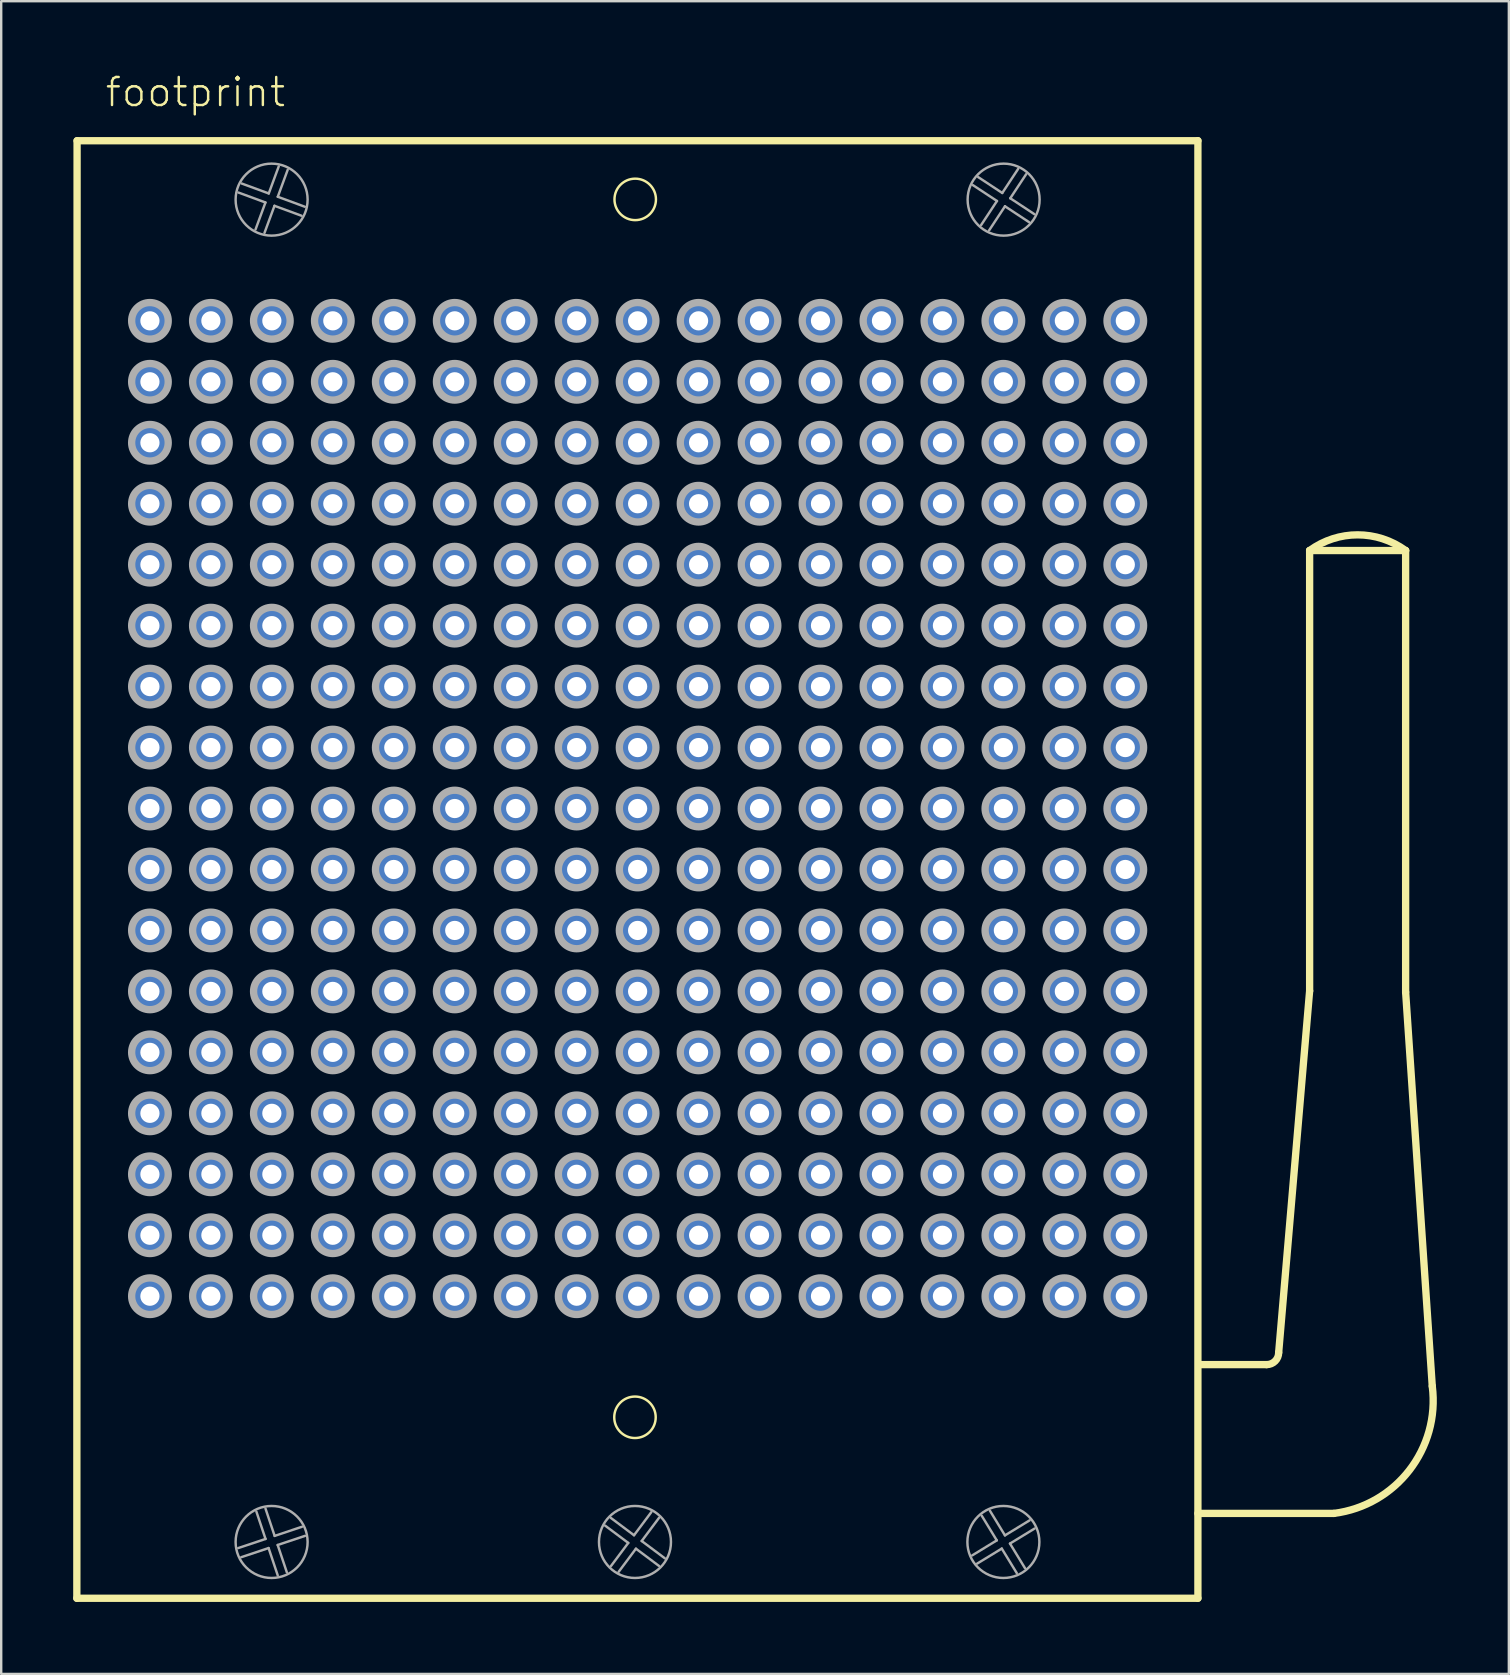
<source format=kicad_pcb>
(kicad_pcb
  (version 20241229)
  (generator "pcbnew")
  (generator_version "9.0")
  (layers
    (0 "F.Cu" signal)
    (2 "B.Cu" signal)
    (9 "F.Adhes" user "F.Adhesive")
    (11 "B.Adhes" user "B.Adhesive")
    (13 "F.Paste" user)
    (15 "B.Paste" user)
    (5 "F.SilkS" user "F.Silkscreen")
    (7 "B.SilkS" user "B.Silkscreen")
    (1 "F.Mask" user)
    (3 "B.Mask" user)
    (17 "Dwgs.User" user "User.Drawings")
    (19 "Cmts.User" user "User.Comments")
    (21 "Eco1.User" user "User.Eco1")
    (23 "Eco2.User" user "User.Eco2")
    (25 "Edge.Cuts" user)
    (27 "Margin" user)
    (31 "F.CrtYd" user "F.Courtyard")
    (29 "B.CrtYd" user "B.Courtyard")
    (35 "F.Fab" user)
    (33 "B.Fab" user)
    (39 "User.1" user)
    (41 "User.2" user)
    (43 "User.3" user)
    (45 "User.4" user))
  (footprint "footprint"
    (layer "F.Cu")
    (at 23.517 30.638)
    (property "Reference" "footprint" (at -22.245 -29.165 0) (layer "F.SilkS") (effects (font (size 1.168 1.168) (thickness 0.102)) (justify left bottom)))
    (fp_line (start -23.365 32.905) (end -23.355 -27.825) (stroke (width 0.305) (type solid)) (layer "F.SilkS"))
    (fp_line (start -23.355 -27.825) (end 23.345 -27.825) (stroke (width 0.305) (type solid)) (layer "F.SilkS"))
    (fp_line (start 23.345 -27.825) (end 23.345 32.905) (stroke (width 0.305) (type solid)) (layer "F.SilkS"))
    (fp_line (start 23.345 32.905) (end -23.365 32.905) (stroke (width 0.305) (type solid)) (layer "F.SilkS"))
    (fp_line (start 26.21 23.17) (end 23.446 23.17) (stroke (width 0.305) (type solid)) (layer "F.SilkS"))
    (fp_line (start 26.71 22.67) (end 28 7.6) (stroke (width 0.305) (type solid)) (layer "F.SilkS"))
    (fp_line (start 28 -10.75) (end 32 -10.75) (stroke (width 0.305) (type solid)) (layer "F.SilkS"))
    (fp_line (start 28 7.6) (end 28 -10.75) (stroke (width 0.305) (type solid)) (layer "F.SilkS"))
    (fp_line (start 29.01 29.37) (end 23.346 29.37) (stroke (width 0.305) (type solid)) (layer "F.SilkS"))
    (fp_line (start 32 -10.75) (end 32 7.65) (stroke (width 0.305) (type solid)) (layer "F.SilkS"))
    (fp_line (start 32 7.65) (end 33.11 24.07) (stroke (width 0.305) (type solid)) (layer "F.SilkS"))
    (fp_arc (start 26.71 22.67) (mid 26.563553 23.023553) (end 26.21 23.17) (stroke (width 0.3048) (type solid)) (layer "F.SilkS"))
    (fp_arc (start 28 -10.75) (mid 30.000001 -11.403325) (end 32.000001 -10.749999) (stroke (width 0.3048) (type solid)) (layer "F.SilkS"))
    (fp_arc (start 33.11 24.07) (mid 32.157666 27.569138) (end 29.01 29.37) (stroke (width 0.3048) (type solid)) (layer "F.SilkS"))
    (fp_circle (center -0.11 25.365) (end 0.754 25.365) (stroke (width 0.102) (type solid)) (fill no) (layer "F.SilkS"))
    (fp_circle (center -0.1 -25.38) (end 0.764 -25.38) (stroke (width 0.102) (type solid)) (fill no) (layer "F.SilkS"))
    (fp_line (start -16.641 30.814) (end -15.503 30.434) (stroke (width 0.102) (type solid)) (layer "F.Fab"))
    (fp_line (start -16.495 -26.041) (end -15.369 -25.627) (stroke (width 0.102) (type solid)) (layer "F.Fab"))
    (fp_line (start -15.921 -24.125) (end -15.507 -25.251) (stroke (width 0.102) (type solid)) (layer "F.Fab"))
    (fp_line (start -15.507 -25.251) (end -16.633 -25.666) (stroke (width 0.102) (type solid)) (layer "F.Fab"))
    (fp_line (start -15.505 29.169) (end -15.124 30.307) (stroke (width 0.102) (type solid)) (layer "F.Fab"))
    (fp_line (start -15.503 30.434) (end -15.884 29.296) (stroke (width 0.102) (type solid)) (layer "F.Fab"))
    (fp_line (start -15.376 30.813) (end -16.514 31.194) (stroke (width 0.102) (type solid)) (layer "F.Fab"))
    (fp_line (start -15.369 -25.627) (end -14.954 -26.753) (stroke (width 0.102) (type solid)) (layer "F.Fab"))
    (fp_line (start -15.131 -25.113) (end -15.546 -23.987) (stroke (width 0.102) (type solid)) (layer "F.Fab"))
    (fp_line (start -15.124 30.307) (end -13.986 29.926) (stroke (width 0.102) (type solid)) (layer "F.Fab"))
    (fp_line (start -14.997 30.686) (end -14.616 31.824) (stroke (width 0.102) (type solid)) (layer "F.Fab"))
    (fp_line (start -14.995 31.951) (end -15.376 30.813) (stroke (width 0.102) (type solid)) (layer "F.Fab"))
    (fp_line (start -14.993 -25.489) (end -13.867 -25.074) (stroke (width 0.102) (type solid)) (layer "F.Fab"))
    (fp_line (start -14.579 -26.615) (end -14.993 -25.489) (stroke (width 0.102) (type solid)) (layer "F.Fab"))
    (fp_line (start -14.005 -24.699) (end -15.131 -25.113) (stroke (width 0.102) (type solid)) (layer "F.Fab"))
    (fp_line (start -13.859 30.305) (end -14.997 30.686) (stroke (width 0.102) (type solid)) (layer "F.Fab"))
    (fp_line (start -1.111 29.561) (end -0.15 30.28) (stroke (width 0.102) (type solid)) (layer "F.Fab"))
    (fp_line (start -1.109 31.561) (end -0.39 30.6) (stroke (width 0.102) (type solid)) (layer "F.Fab"))
    (fp_line (start -0.39 30.6) (end -1.351 29.881) (stroke (width 0.102) (type solid)) (layer "F.Fab"))
    (fp_line (start -0.15 30.28) (end 0.569 29.319) (stroke (width 0.102) (type solid)) (layer "F.Fab"))
    (fp_line (start -0.07 30.84) (end -0.788 31.801) (stroke (width 0.102) (type solid)) (layer "F.Fab"))
    (fp_line (start 0.17 30.52) (end 1.131 31.238) (stroke (width 0.102) (type solid)) (layer "F.Fab"))
    (fp_line (start 0.889 29.559) (end 0.17 30.52) (stroke (width 0.102) (type solid)) (layer "F.Fab"))
    (fp_line (start 0.891 31.559) (end -0.07 30.84) (stroke (width 0.102) (type solid)) (layer "F.Fab"))
    (fp_line (start 13.941 31.119) (end 14.965 30.493) (stroke (width 0.102) (type solid)) (layer "F.Fab"))
    (fp_line (start 14.191 -26.308) (end 15.193 -25.647) (stroke (width 0.102) (type solid)) (layer "F.Fab"))
    (fp_line (start 14.312 -24.311) (end 14.973 -25.313) (stroke (width 0.102) (type solid)) (layer "F.Fab"))
    (fp_line (start 14.681 29.261) (end 15.306 30.285) (stroke (width 0.102) (type solid)) (layer "F.Fab"))
    (fp_line (start 14.965 30.493) (end 14.34 29.469) (stroke (width 0.102) (type solid)) (layer "F.Fab"))
    (fp_line (start 14.973 -25.313) (end 13.971 -25.974) (stroke (width 0.102) (type solid)) (layer "F.Fab"))
    (fp_line (start 15.173 30.835) (end 14.149 31.46) (stroke (width 0.102) (type solid)) (layer "F.Fab"))
    (fp_line (start 15.193 -25.647) (end 15.854 -26.649) (stroke (width 0.102) (type solid)) (layer "F.Fab"))
    (fp_line (start 15.306 30.285) (end 16.331 29.66) (stroke (width 0.102) (type solid)) (layer "F.Fab"))
    (fp_line (start 15.307 -25.093) (end 14.646 -24.091) (stroke (width 0.102) (type solid)) (layer "F.Fab"))
    (fp_line (start 15.515 30.626) (end 16.14 31.651) (stroke (width 0.102) (type solid)) (layer "F.Fab"))
    (fp_line (start 15.527 -25.427) (end 16.529 -24.766) (stroke (width 0.102) (type solid)) (layer "F.Fab"))
    (fp_line (start 15.799 31.859) (end 15.173 30.835) (stroke (width 0.102) (type solid)) (layer "F.Fab"))
    (fp_line (start 16.188 -26.429) (end 15.527 -25.427) (stroke (width 0.102) (type solid)) (layer "F.Fab"))
    (fp_line (start 16.309 -24.432) (end 15.307 -25.093) (stroke (width 0.102) (type solid)) (layer "F.Fab"))
    (fp_line (start 16.539 30.001) (end 15.515 30.626) (stroke (width 0.102) (type solid)) (layer "F.Fab"))
    (fp_circle (center -20.32 -20.32) (end -19.558 -20.32) (stroke (width 0.305) (type solid)) (fill no) (layer "F.Fab"))
    (fp_circle (center -20.32 -17.78) (end -19.558 -17.78) (stroke (width 0.305) (type solid)) (fill no) (layer "F.Fab"))
    (fp_circle (center -20.32 -15.24) (end -19.558 -15.24) (stroke (width 0.305) (type solid)) (fill no) (layer "F.Fab"))
    (fp_circle (center -20.32 -12.7) (end -19.558 -12.7) (stroke (width 0.305) (type solid)) (fill no) (layer "F.Fab"))
    (fp_circle (center -20.32 -10.16) (end -19.558 -10.16) (stroke (width 0.305) (type solid)) (fill no) (layer "F.Fab"))
    (fp_circle (center -20.32 -7.62) (end -19.558 -7.62) (stroke (width 0.305) (type solid)) (fill no) (layer "F.Fab"))
    (fp_circle (center -20.32 -5.08) (end -19.558 -5.08) (stroke (width 0.305) (type solid)) (fill no) (layer "F.Fab"))
    (fp_circle (center -20.32 -2.54) (end -19.558 -2.54) (stroke (width 0.305) (type solid)) (fill no) (layer "F.Fab"))
    (fp_circle (center -20.32 0) (end -19.558 0) (stroke (width 0.305) (type solid)) (fill no) (layer "F.Fab"))
    (fp_circle (center -20.32 2.54) (end -19.558 2.54) (stroke (width 0.305) (type solid)) (fill no) (layer "F.Fab"))
    (fp_circle (center -20.32 5.08) (end -19.558 5.08) (stroke (width 0.305) (type solid)) (fill no) (layer "F.Fab"))
    (fp_circle (center -20.32 7.62) (end -19.558 7.62) (stroke (width 0.305) (type solid)) (fill no) (layer "F.Fab"))
    (fp_circle (center -20.32 10.16) (end -19.558 10.16) (stroke (width 0.305) (type solid)) (fill no) (layer "F.Fab"))
    (fp_circle (center -20.32 12.7) (end -19.558 12.7) (stroke (width 0.305) (type solid)) (fill no) (layer "F.Fab"))
    (fp_circle (center -20.32 15.24) (end -19.558 15.24) (stroke (width 0.305) (type solid)) (fill no) (layer "F.Fab"))
    (fp_circle (center -20.32 17.78) (end -19.558 17.78) (stroke (width 0.305) (type solid)) (fill no) (layer "F.Fab"))
    (fp_circle (center -20.32 20.32) (end -19.558 20.32) (stroke (width 0.305) (type solid)) (fill no) (layer "F.Fab"))
    (fp_circle (center -17.78 -20.32) (end -17.018 -20.32) (stroke (width 0.305) (type solid)) (fill no) (layer "F.Fab"))
    (fp_circle (center -17.78 -17.78) (end -17.018 -17.78) (stroke (width 0.305) (type solid)) (fill no) (layer "F.Fab"))
    (fp_circle (center -17.78 -15.24) (end -17.018 -15.24) (stroke (width 0.305) (type solid)) (fill no) (layer "F.Fab"))
    (fp_circle (center -17.78 -12.7) (end -17.018 -12.7) (stroke (width 0.305) (type solid)) (fill no) (layer "F.Fab"))
    (fp_circle (center -17.78 -10.16) (end -17.018 -10.16) (stroke (width 0.305) (type solid)) (fill no) (layer "F.Fab"))
    (fp_circle (center -17.78 -7.62) (end -17.018 -7.62) (stroke (width 0.305) (type solid)) (fill no) (layer "F.Fab"))
    (fp_circle (center -17.78 -5.08) (end -17.018 -5.08) (stroke (width 0.305) (type solid)) (fill no) (layer "F.Fab"))
    (fp_circle (center -17.78 -2.54) (end -17.018 -2.54) (stroke (width 0.305) (type solid)) (fill no) (layer "F.Fab"))
    (fp_circle (center -17.78 0) (end -17.018 0) (stroke (width 0.305) (type solid)) (fill no) (layer "F.Fab"))
    (fp_circle (center -17.78 2.54) (end -17.018 2.54) (stroke (width 0.305) (type solid)) (fill no) (layer "F.Fab"))
    (fp_circle (center -17.78 5.08) (end -17.018 5.08) (stroke (width 0.305) (type solid)) (fill no) (layer "F.Fab"))
    (fp_circle (center -17.78 7.62) (end -17.018 7.62) (stroke (width 0.305) (type solid)) (fill no) (layer "F.Fab"))
    (fp_circle (center -17.78 10.16) (end -17.018 10.16) (stroke (width 0.305) (type solid)) (fill no) (layer "F.Fab"))
    (fp_circle (center -17.78 12.7) (end -17.018 12.7) (stroke (width 0.305) (type solid)) (fill no) (layer "F.Fab"))
    (fp_circle (center -17.78 15.24) (end -17.018 15.24) (stroke (width 0.305) (type solid)) (fill no) (layer "F.Fab"))
    (fp_circle (center -17.78 17.78) (end -17.018 17.78) (stroke (width 0.305) (type solid)) (fill no) (layer "F.Fab"))
    (fp_circle (center -17.78 20.32) (end -17.018 20.32) (stroke (width 0.305) (type solid)) (fill no) (layer "F.Fab"))
    (fp_circle (center -15.25 -25.37) (end -13.75 -25.37) (stroke (width 0.102) (type solid)) (fill no) (layer "F.Fab"))
    (fp_circle (center -15.25 30.56) (end -13.75 30.56) (stroke (width 0.102) (type solid)) (fill no) (layer "F.Fab"))
    (fp_circle (center -15.24 -20.32) (end -14.478 -20.32) (stroke (width 0.305) (type solid)) (fill no) (layer "F.Fab"))
    (fp_circle (center -15.24 -17.78) (end -14.478 -17.78) (stroke (width 0.305) (type solid)) (fill no) (layer "F.Fab"))
    (fp_circle (center -15.24 -15.24) (end -14.478 -15.24) (stroke (width 0.305) (type solid)) (fill no) (layer "F.Fab"))
    (fp_circle (center -15.24 -12.7) (end -14.478 -12.7) (stroke (width 0.305) (type solid)) (fill no) (layer "F.Fab"))
    (fp_circle (center -15.24 -10.16) (end -14.478 -10.16) (stroke (width 0.305) (type solid)) (fill no) (layer "F.Fab"))
    (fp_circle (center -15.24 -7.62) (end -14.478 -7.62) (stroke (width 0.305) (type solid)) (fill no) (layer "F.Fab"))
    (fp_circle (center -15.24 -5.08) (end -14.478 -5.08) (stroke (width 0.305) (type solid)) (fill no) (layer "F.Fab"))
    (fp_circle (center -15.24 -2.54) (end -14.478 -2.54) (stroke (width 0.305) (type solid)) (fill no) (layer "F.Fab"))
    (fp_circle (center -15.24 0) (end -14.478 0) (stroke (width 0.305) (type solid)) (fill no) (layer "F.Fab"))
    (fp_circle (center -15.24 2.54) (end -14.478 2.54) (stroke (width 0.305) (type solid)) (fill no) (layer "F.Fab"))
    (fp_circle (center -15.24 5.08) (end -14.478 5.08) (stroke (width 0.305) (type solid)) (fill no) (layer "F.Fab"))
    (fp_circle (center -15.24 7.62) (end -14.478 7.62) (stroke (width 0.305) (type solid)) (fill no) (layer "F.Fab"))
    (fp_circle (center -15.24 10.16) (end -14.478 10.16) (stroke (width 0.305) (type solid)) (fill no) (layer "F.Fab"))
    (fp_circle (center -15.24 12.7) (end -14.478 12.7) (stroke (width 0.305) (type solid)) (fill no) (layer "F.Fab"))
    (fp_circle (center -15.24 15.24) (end -14.478 15.24) (stroke (width 0.305) (type solid)) (fill no) (layer "F.Fab"))
    (fp_circle (center -15.24 17.78) (end -14.478 17.78) (stroke (width 0.305) (type solid)) (fill no) (layer "F.Fab"))
    (fp_circle (center -15.24 20.32) (end -14.478 20.32) (stroke (width 0.305) (type solid)) (fill no) (layer "F.Fab"))
    (fp_circle (center -12.7 -20.32) (end -11.938 -20.32) (stroke (width 0.305) (type solid)) (fill no) (layer "F.Fab"))
    (fp_circle (center -12.7 -17.78) (end -11.938 -17.78) (stroke (width 0.305) (type solid)) (fill no) (layer "F.Fab"))
    (fp_circle (center -12.7 -15.24) (end -11.938 -15.24) (stroke (width 0.305) (type solid)) (fill no) (layer "F.Fab"))
    (fp_circle (center -12.7 -12.7) (end -11.938 -12.7) (stroke (width 0.305) (type solid)) (fill no) (layer "F.Fab"))
    (fp_circle (center -12.7 -10.16) (end -11.938 -10.16) (stroke (width 0.305) (type solid)) (fill no) (layer "F.Fab"))
    (fp_circle (center -12.7 -7.62) (end -11.938 -7.62) (stroke (width 0.305) (type solid)) (fill no) (layer "F.Fab"))
    (fp_circle (center -12.7 -5.08) (end -11.938 -5.08) (stroke (width 0.305) (type solid)) (fill no) (layer "F.Fab"))
    (fp_circle (center -12.7 -2.54) (end -11.938 -2.54) (stroke (width 0.305) (type solid)) (fill no) (layer "F.Fab"))
    (fp_circle (center -12.7 0) (end -11.938 0) (stroke (width 0.305) (type solid)) (fill no) (layer "F.Fab"))
    (fp_circle (center -12.7 2.54) (end -11.938 2.54) (stroke (width 0.305) (type solid)) (fill no) (layer "F.Fab"))
    (fp_circle (center -12.7 5.08) (end -11.938 5.08) (stroke (width 0.305) (type solid)) (fill no) (layer "F.Fab"))
    (fp_circle (center -12.7 7.62) (end -11.938 7.62) (stroke (width 0.305) (type solid)) (fill no) (layer "F.Fab"))
    (fp_circle (center -12.7 10.16) (end -11.938 10.16) (stroke (width 0.305) (type solid)) (fill no) (layer "F.Fab"))
    (fp_circle (center -12.7 12.7) (end -11.938 12.7) (stroke (width 0.305) (type solid)) (fill no) (layer "F.Fab"))
    (fp_circle (center -12.7 15.24) (end -11.938 15.24) (stroke (width 0.305) (type solid)) (fill no) (layer "F.Fab"))
    (fp_circle (center -12.7 17.78) (end -11.938 17.78) (stroke (width 0.305) (type solid)) (fill no) (layer "F.Fab"))
    (fp_circle (center -12.7 20.32) (end -11.938 20.32) (stroke (width 0.305) (type solid)) (fill no) (layer "F.Fab"))
    (fp_circle (center -10.16 -20.32) (end -9.398 -20.32) (stroke (width 0.305) (type solid)) (fill no) (layer "F.Fab"))
    (fp_circle (center -10.16 -17.78) (end -9.398 -17.78) (stroke (width 0.305) (type solid)) (fill no) (layer "F.Fab"))
    (fp_circle (center -10.16 -15.24) (end -9.398 -15.24) (stroke (width 0.305) (type solid)) (fill no) (layer "F.Fab"))
    (fp_circle (center -10.16 -12.7) (end -9.398 -12.7) (stroke (width 0.305) (type solid)) (fill no) (layer "F.Fab"))
    (fp_circle (center -10.16 -10.16) (end -9.398 -10.16) (stroke (width 0.305) (type solid)) (fill no) (layer "F.Fab"))
    (fp_circle (center -10.16 -7.62) (end -9.398 -7.62) (stroke (width 0.305) (type solid)) (fill no) (layer "F.Fab"))
    (fp_circle (center -10.16 -5.08) (end -9.398 -5.08) (stroke (width 0.305) (type solid)) (fill no) (layer "F.Fab"))
    (fp_circle (center -10.16 -2.54) (end -9.398 -2.54) (stroke (width 0.305) (type solid)) (fill no) (layer "F.Fab"))
    (fp_circle (center -10.16 0) (end -9.398 0) (stroke (width 0.305) (type solid)) (fill no) (layer "F.Fab"))
    (fp_circle (center -10.16 2.54) (end -9.398 2.54) (stroke (width 0.305) (type solid)) (fill no) (layer "F.Fab"))
    (fp_circle (center -10.16 5.08) (end -9.398 5.08) (stroke (width 0.305) (type solid)) (fill no) (layer "F.Fab"))
    (fp_circle (center -10.16 7.62) (end -9.398 7.62) (stroke (width 0.305) (type solid)) (fill no) (layer "F.Fab"))
    (fp_circle (center -10.16 10.16) (end -9.398 10.16) (stroke (width 0.305) (type solid)) (fill no) (layer "F.Fab"))
    (fp_circle (center -10.16 12.7) (end -9.398 12.7) (stroke (width 0.305) (type solid)) (fill no) (layer "F.Fab"))
    (fp_circle (center -10.16 15.24) (end -9.398 15.24) (stroke (width 0.305) (type solid)) (fill no) (layer "F.Fab"))
    (fp_circle (center -10.16 17.78) (end -9.398 17.78) (stroke (width 0.305) (type solid)) (fill no) (layer "F.Fab"))
    (fp_circle (center -10.16 20.32) (end -9.398 20.32) (stroke (width 0.305) (type solid)) (fill no) (layer "F.Fab"))
    (fp_circle (center -7.62 -20.32) (end -6.858 -20.32) (stroke (width 0.305) (type solid)) (fill no) (layer "F.Fab"))
    (fp_circle (center -7.62 -17.78) (end -6.858 -17.78) (stroke (width 0.305) (type solid)) (fill no) (layer "F.Fab"))
    (fp_circle (center -7.62 -15.24) (end -6.858 -15.24) (stroke (width 0.305) (type solid)) (fill no) (layer "F.Fab"))
    (fp_circle (center -7.62 -12.7) (end -6.858 -12.7) (stroke (width 0.305) (type solid)) (fill no) (layer "F.Fab"))
    (fp_circle (center -7.62 -10.16) (end -6.858 -10.16) (stroke (width 0.305) (type solid)) (fill no) (layer "F.Fab"))
    (fp_circle (center -7.62 -7.62) (end -6.858 -7.62) (stroke (width 0.305) (type solid)) (fill no) (layer "F.Fab"))
    (fp_circle (center -7.62 -5.08) (end -6.858 -5.08) (stroke (width 0.305) (type solid)) (fill no) (layer "F.Fab"))
    (fp_circle (center -7.62 -2.54) (end -6.858 -2.54) (stroke (width 0.305) (type solid)) (fill no) (layer "F.Fab"))
    (fp_circle (center -7.62 0) (end -6.858 0) (stroke (width 0.305) (type solid)) (fill no) (layer "F.Fab"))
    (fp_circle (center -7.62 2.54) (end -6.858 2.54) (stroke (width 0.305) (type solid)) (fill no) (layer "F.Fab"))
    (fp_circle (center -7.62 5.08) (end -6.858 5.08) (stroke (width 0.305) (type solid)) (fill no) (layer "F.Fab"))
    (fp_circle (center -7.62 7.62) (end -6.858 7.62) (stroke (width 0.305) (type solid)) (fill no) (layer "F.Fab"))
    (fp_circle (center -7.62 10.16) (end -6.858 10.16) (stroke (width 0.305) (type solid)) (fill no) (layer "F.Fab"))
    (fp_circle (center -7.62 12.7) (end -6.858 12.7) (stroke (width 0.305) (type solid)) (fill no) (layer "F.Fab"))
    (fp_circle (center -7.62 15.24) (end -6.858 15.24) (stroke (width 0.305) (type solid)) (fill no) (layer "F.Fab"))
    (fp_circle (center -7.62 17.78) (end -6.858 17.78) (stroke (width 0.305) (type solid)) (fill no) (layer "F.Fab"))
    (fp_circle (center -7.62 20.32) (end -6.858 20.32) (stroke (width 0.305) (type solid)) (fill no) (layer "F.Fab"))
    (fp_circle (center -5.08 -20.32) (end -4.318 -20.32) (stroke (width 0.305) (type solid)) (fill no) (layer "F.Fab"))
    (fp_circle (center -5.08 -17.78) (end -4.318 -17.78) (stroke (width 0.305) (type solid)) (fill no) (layer "F.Fab"))
    (fp_circle (center -5.08 -15.24) (end -4.318 -15.24) (stroke (width 0.305) (type solid)) (fill no) (layer "F.Fab"))
    (fp_circle (center -5.08 -12.7) (end -4.318 -12.7) (stroke (width 0.305) (type solid)) (fill no) (layer "F.Fab"))
    (fp_circle (center -5.08 -10.16) (end -4.318 -10.16) (stroke (width 0.305) (type solid)) (fill no) (layer "F.Fab"))
    (fp_circle (center -5.08 -7.62) (end -4.318 -7.62) (stroke (width 0.305) (type solid)) (fill no) (layer "F.Fab"))
    (fp_circle (center -5.08 -5.08) (end -4.318 -5.08) (stroke (width 0.305) (type solid)) (fill no) (layer "F.Fab"))
    (fp_circle (center -5.08 -2.54) (end -4.318 -2.54) (stroke (width 0.305) (type solid)) (fill no) (layer "F.Fab"))
    (fp_circle (center -5.08 0) (end -4.318 0) (stroke (width 0.305) (type solid)) (fill no) (layer "F.Fab"))
    (fp_circle (center -5.08 2.54) (end -4.318 2.54) (stroke (width 0.305) (type solid)) (fill no) (layer "F.Fab"))
    (fp_circle (center -5.08 5.08) (end -4.318 5.08) (stroke (width 0.305) (type solid)) (fill no) (layer "F.Fab"))
    (fp_circle (center -5.08 7.62) (end -4.318 7.62) (stroke (width 0.305) (type solid)) (fill no) (layer "F.Fab"))
    (fp_circle (center -5.08 10.16) (end -4.318 10.16) (stroke (width 0.305) (type solid)) (fill no) (layer "F.Fab"))
    (fp_circle (center -5.08 12.7) (end -4.318 12.7) (stroke (width 0.305) (type solid)) (fill no) (layer "F.Fab"))
    (fp_circle (center -5.08 15.24) (end -4.318 15.24) (stroke (width 0.305) (type solid)) (fill no) (layer "F.Fab"))
    (fp_circle (center -5.08 17.78) (end -4.318 17.78) (stroke (width 0.305) (type solid)) (fill no) (layer "F.Fab"))
    (fp_circle (center -5.08 20.32) (end -4.318 20.32) (stroke (width 0.305) (type solid)) (fill no) (layer "F.Fab"))
    (fp_circle (center -2.54 -20.32) (end -1.778 -20.32) (stroke (width 0.305) (type solid)) (fill no) (layer "F.Fab"))
    (fp_circle (center -2.54 -17.78) (end -1.778 -17.78) (stroke (width 0.305) (type solid)) (fill no) (layer "F.Fab"))
    (fp_circle (center -2.54 -15.24) (end -1.778 -15.24) (stroke (width 0.305) (type solid)) (fill no) (layer "F.Fab"))
    (fp_circle (center -2.54 -12.7) (end -1.778 -12.7) (stroke (width 0.305) (type solid)) (fill no) (layer "F.Fab"))
    (fp_circle (center -2.54 -10.16) (end -1.778 -10.16) (stroke (width 0.305) (type solid)) (fill no) (layer "F.Fab"))
    (fp_circle (center -2.54 -7.62) (end -1.778 -7.62) (stroke (width 0.305) (type solid)) (fill no) (layer "F.Fab"))
    (fp_circle (center -2.54 -5.08) (end -1.778 -5.08) (stroke (width 0.305) (type solid)) (fill no) (layer "F.Fab"))
    (fp_circle (center -2.54 -2.54) (end -1.778 -2.54) (stroke (width 0.305) (type solid)) (fill no) (layer "F.Fab"))
    (fp_circle (center -2.54 0) (end -1.778 0) (stroke (width 0.305) (type solid)) (fill no) (layer "F.Fab"))
    (fp_circle (center -2.54 2.54) (end -1.778 2.54) (stroke (width 0.305) (type solid)) (fill no) (layer "F.Fab"))
    (fp_circle (center -2.54 5.08) (end -1.778 5.08) (stroke (width 0.305) (type solid)) (fill no) (layer "F.Fab"))
    (fp_circle (center -2.54 7.62) (end -1.778 7.62) (stroke (width 0.305) (type solid)) (fill no) (layer "F.Fab"))
    (fp_circle (center -2.54 10.16) (end -1.778 10.16) (stroke (width 0.305) (type solid)) (fill no) (layer "F.Fab"))
    (fp_circle (center -2.54 12.7) (end -1.778 12.7) (stroke (width 0.305) (type solid)) (fill no) (layer "F.Fab"))
    (fp_circle (center -2.54 15.24) (end -1.778 15.24) (stroke (width 0.305) (type solid)) (fill no) (layer "F.Fab"))
    (fp_circle (center -2.54 17.78) (end -1.778 17.78) (stroke (width 0.305) (type solid)) (fill no) (layer "F.Fab"))
    (fp_circle (center -2.54 20.32) (end -1.778 20.32) (stroke (width 0.305) (type solid)) (fill no) (layer "F.Fab"))
    (fp_circle (center -0.11 30.56) (end 1.39 30.56) (stroke (width 0.102) (type solid)) (fill no) (layer "F.Fab"))
    (fp_circle (center 0 -20.32) (end 0.762 -20.32) (stroke (width 0.305) (type solid)) (fill no) (layer "F.Fab"))
    (fp_circle (center 0 -17.78) (end 0.762 -17.78) (stroke (width 0.305) (type solid)) (fill no) (layer "F.Fab"))
    (fp_circle (center 0 -15.24) (end 0.762 -15.24) (stroke (width 0.305) (type solid)) (fill no) (layer "F.Fab"))
    (fp_circle (center 0 -12.7) (end 0.762 -12.7) (stroke (width 0.305) (type solid)) (fill no) (layer "F.Fab"))
    (fp_circle (center 0 -10.16) (end 0.762 -10.16) (stroke (width 0.305) (type solid)) (fill no) (layer "F.Fab"))
    (fp_circle (center 0 -7.62) (end 0.762 -7.62) (stroke (width 0.305) (type solid)) (fill no) (layer "F.Fab"))
    (fp_circle (center 0 -5.08) (end 0.762 -5.08) (stroke (width 0.305) (type solid)) (fill no) (layer "F.Fab"))
    (fp_circle (center 0 -2.54) (end 0.762 -2.54) (stroke (width 0.305) (type solid)) (fill no) (layer "F.Fab"))
    (fp_circle (center 0 0) (end 0.762 0) (stroke (width 0.305) (type solid)) (fill no) (layer "F.Fab"))
    (fp_circle (center 0 2.54) (end 0.762 2.54) (stroke (width 0.305) (type solid)) (fill no) (layer "F.Fab"))
    (fp_circle (center 0 5.08) (end 0.762 5.08) (stroke (width 0.305) (type solid)) (fill no) (layer "F.Fab"))
    (fp_circle (center 0 7.62) (end 0.762 7.62) (stroke (width 0.305) (type solid)) (fill no) (layer "F.Fab"))
    (fp_circle (center 0 10.16) (end 0.762 10.16) (stroke (width 0.305) (type solid)) (fill no) (layer "F.Fab"))
    (fp_circle (center 0 12.7) (end 0.762 12.7) (stroke (width 0.305) (type solid)) (fill no) (layer "F.Fab"))
    (fp_circle (center 0 15.24) (end 0.762 15.24) (stroke (width 0.305) (type solid)) (fill no) (layer "F.Fab"))
    (fp_circle (center 0 17.78) (end 0.762 17.78) (stroke (width 0.305) (type solid)) (fill no) (layer "F.Fab"))
    (fp_circle (center 0 20.32) (end 0.762 20.32) (stroke (width 0.305) (type solid)) (fill no) (layer "F.Fab"))
    (fp_circle (center 2.54 -20.32) (end 3.302 -20.32) (stroke (width 0.305) (type solid)) (fill no) (layer "F.Fab"))
    (fp_circle (center 2.54 -17.78) (end 3.302 -17.78) (stroke (width 0.305) (type solid)) (fill no) (layer "F.Fab"))
    (fp_circle (center 2.54 -15.24) (end 3.302 -15.24) (stroke (width 0.305) (type solid)) (fill no) (layer "F.Fab"))
    (fp_circle (center 2.54 -12.7) (end 3.302 -12.7) (stroke (width 0.305) (type solid)) (fill no) (layer "F.Fab"))
    (fp_circle (center 2.54 -10.16) (end 3.302 -10.16) (stroke (width 0.305) (type solid)) (fill no) (layer "F.Fab"))
    (fp_circle (center 2.54 -7.62) (end 3.302 -7.62) (stroke (width 0.305) (type solid)) (fill no) (layer "F.Fab"))
    (fp_circle (center 2.54 -5.08) (end 3.302 -5.08) (stroke (width 0.305) (type solid)) (fill no) (layer "F.Fab"))
    (fp_circle (center 2.54 -2.54) (end 3.302 -2.54) (stroke (width 0.305) (type solid)) (fill no) (layer "F.Fab"))
    (fp_circle (center 2.54 0) (end 3.302 0) (stroke (width 0.305) (type solid)) (fill no) (layer "F.Fab"))
    (fp_circle (center 2.54 2.54) (end 3.302 2.54) (stroke (width 0.305) (type solid)) (fill no) (layer "F.Fab"))
    (fp_circle (center 2.54 5.08) (end 3.302 5.08) (stroke (width 0.305) (type solid)) (fill no) (layer "F.Fab"))
    (fp_circle (center 2.54 7.62) (end 3.302 7.62) (stroke (width 0.305) (type solid)) (fill no) (layer "F.Fab"))
    (fp_circle (center 2.54 10.16) (end 3.302 10.16) (stroke (width 0.305) (type solid)) (fill no) (layer "F.Fab"))
    (fp_circle (center 2.54 12.7) (end 3.302 12.7) (stroke (width 0.305) (type solid)) (fill no) (layer "F.Fab"))
    (fp_circle (center 2.54 15.24) (end 3.302 15.24) (stroke (width 0.305) (type solid)) (fill no) (layer "F.Fab"))
    (fp_circle (center 2.54 17.78) (end 3.302 17.78) (stroke (width 0.305) (type solid)) (fill no) (layer "F.Fab"))
    (fp_circle (center 2.54 20.32) (end 3.302 20.32) (stroke (width 0.305) (type solid)) (fill no) (layer "F.Fab"))
    (fp_circle (center 5.08 -20.32) (end 5.842 -20.32) (stroke (width 0.305) (type solid)) (fill no) (layer "F.Fab"))
    (fp_circle (center 5.08 -17.78) (end 5.842 -17.78) (stroke (width 0.305) (type solid)) (fill no) (layer "F.Fab"))
    (fp_circle (center 5.08 -15.24) (end 5.842 -15.24) (stroke (width 0.305) (type solid)) (fill no) (layer "F.Fab"))
    (fp_circle (center 5.08 -12.7) (end 5.842 -12.7) (stroke (width 0.305) (type solid)) (fill no) (layer "F.Fab"))
    (fp_circle (center 5.08 -10.16) (end 5.842 -10.16) (stroke (width 0.305) (type solid)) (fill no) (layer "F.Fab"))
    (fp_circle (center 5.08 -7.62) (end 5.842 -7.62) (stroke (width 0.305) (type solid)) (fill no) (layer "F.Fab"))
    (fp_circle (center 5.08 -5.08) (end 5.842 -5.08) (stroke (width 0.305) (type solid)) (fill no) (layer "F.Fab"))
    (fp_circle (center 5.08 -2.54) (end 5.842 -2.54) (stroke (width 0.305) (type solid)) (fill no) (layer "F.Fab"))
    (fp_circle (center 5.08 0) (end 5.842 0) (stroke (width 0.305) (type solid)) (fill no) (layer "F.Fab"))
    (fp_circle (center 5.08 2.54) (end 5.842 2.54) (stroke (width 0.305) (type solid)) (fill no) (layer "F.Fab"))
    (fp_circle (center 5.08 5.08) (end 5.842 5.08) (stroke (width 0.305) (type solid)) (fill no) (layer "F.Fab"))
    (fp_circle (center 5.08 7.62) (end 5.842 7.62) (stroke (width 0.305) (type solid)) (fill no) (layer "F.Fab"))
    (fp_circle (center 5.08 10.16) (end 5.842 10.16) (stroke (width 0.305) (type solid)) (fill no) (layer "F.Fab"))
    (fp_circle (center 5.08 12.7) (end 5.842 12.7) (stroke (width 0.305) (type solid)) (fill no) (layer "F.Fab"))
    (fp_circle (center 5.08 15.24) (end 5.842 15.24) (stroke (width 0.305) (type solid)) (fill no) (layer "F.Fab"))
    (fp_circle (center 5.08 17.78) (end 5.842 17.78) (stroke (width 0.305) (type solid)) (fill no) (layer "F.Fab"))
    (fp_circle (center 5.08 20.32) (end 5.842 20.32) (stroke (width 0.305) (type solid)) (fill no) (layer "F.Fab"))
    (fp_circle (center 7.62 -20.32) (end 8.382 -20.32) (stroke (width 0.305) (type solid)) (fill no) (layer "F.Fab"))
    (fp_circle (center 7.62 -17.78) (end 8.382 -17.78) (stroke (width 0.305) (type solid)) (fill no) (layer "F.Fab"))
    (fp_circle (center 7.62 -15.24) (end 8.382 -15.24) (stroke (width 0.305) (type solid)) (fill no) (layer "F.Fab"))
    (fp_circle (center 7.62 -12.7) (end 8.382 -12.7) (stroke (width 0.305) (type solid)) (fill no) (layer "F.Fab"))
    (fp_circle (center 7.62 -10.16) (end 8.382 -10.16) (stroke (width 0.305) (type solid)) (fill no) (layer "F.Fab"))
    (fp_circle (center 7.62 -7.62) (end 8.382 -7.62) (stroke (width 0.305) (type solid)) (fill no) (layer "F.Fab"))
    (fp_circle (center 7.62 -5.08) (end 8.382 -5.08) (stroke (width 0.305) (type solid)) (fill no) (layer "F.Fab"))
    (fp_circle (center 7.62 -2.54) (end 8.382 -2.54) (stroke (width 0.305) (type solid)) (fill no) (layer "F.Fab"))
    (fp_circle (center 7.62 0) (end 8.382 0) (stroke (width 0.305) (type solid)) (fill no) (layer "F.Fab"))
    (fp_circle (center 7.62 2.54) (end 8.382 2.54) (stroke (width 0.305) (type solid)) (fill no) (layer "F.Fab"))
    (fp_circle (center 7.62 5.08) (end 8.382 5.08) (stroke (width 0.305) (type solid)) (fill no) (layer "F.Fab"))
    (fp_circle (center 7.62 7.62) (end 8.382 7.62) (stroke (width 0.305) (type solid)) (fill no) (layer "F.Fab"))
    (fp_circle (center 7.62 10.16) (end 8.382 10.16) (stroke (width 0.305) (type solid)) (fill no) (layer "F.Fab"))
    (fp_circle (center 7.62 12.7) (end 8.382 12.7) (stroke (width 0.305) (type solid)) (fill no) (layer "F.Fab"))
    (fp_circle (center 7.62 15.24) (end 8.382 15.24) (stroke (width 0.305) (type solid)) (fill no) (layer "F.Fab"))
    (fp_circle (center 7.62 17.78) (end 8.382 17.78) (stroke (width 0.305) (type solid)) (fill no) (layer "F.Fab"))
    (fp_circle (center 7.62 20.32) (end 8.382 20.32) (stroke (width 0.305) (type solid)) (fill no) (layer "F.Fab"))
    (fp_circle (center 10.16 -20.32) (end 10.922 -20.32) (stroke (width 0.305) (type solid)) (fill no) (layer "F.Fab"))
    (fp_circle (center 10.16 -17.78) (end 10.922 -17.78) (stroke (width 0.305) (type solid)) (fill no) (layer "F.Fab"))
    (fp_circle (center 10.16 -15.24) (end 10.922 -15.24) (stroke (width 0.305) (type solid)) (fill no) (layer "F.Fab"))
    (fp_circle (center 10.16 -12.7) (end 10.922 -12.7) (stroke (width 0.305) (type solid)) (fill no) (layer "F.Fab"))
    (fp_circle (center 10.16 -10.16) (end 10.922 -10.16) (stroke (width 0.305) (type solid)) (fill no) (layer "F.Fab"))
    (fp_circle (center 10.16 -7.62) (end 10.922 -7.62) (stroke (width 0.305) (type solid)) (fill no) (layer "F.Fab"))
    (fp_circle (center 10.16 -5.08) (end 10.922 -5.08) (stroke (width 0.305) (type solid)) (fill no) (layer "F.Fab"))
    (fp_circle (center 10.16 -2.54) (end 10.922 -2.54) (stroke (width 0.305) (type solid)) (fill no) (layer "F.Fab"))
    (fp_circle (center 10.16 0) (end 10.922 0) (stroke (width 0.305) (type solid)) (fill no) (layer "F.Fab"))
    (fp_circle (center 10.16 2.54) (end 10.922 2.54) (stroke (width 0.305) (type solid)) (fill no) (layer "F.Fab"))
    (fp_circle (center 10.16 5.08) (end 10.922 5.08) (stroke (width 0.305) (type solid)) (fill no) (layer "F.Fab"))
    (fp_circle (center 10.16 7.62) (end 10.922 7.62) (stroke (width 0.305) (type solid)) (fill no) (layer "F.Fab"))
    (fp_circle (center 10.16 10.16) (end 10.922 10.16) (stroke (width 0.305) (type solid)) (fill no) (layer "F.Fab"))
    (fp_circle (center 10.16 12.7) (end 10.922 12.7) (stroke (width 0.305) (type solid)) (fill no) (layer "F.Fab"))
    (fp_circle (center 10.16 15.24) (end 10.922 15.24) (stroke (width 0.305) (type solid)) (fill no) (layer "F.Fab"))
    (fp_circle (center 10.16 17.78) (end 10.922 17.78) (stroke (width 0.305) (type solid)) (fill no) (layer "F.Fab"))
    (fp_circle (center 10.16 20.32) (end 10.922 20.32) (stroke (width 0.305) (type solid)) (fill no) (layer "F.Fab"))
    (fp_circle (center 12.7 -20.32) (end 13.462 -20.32) (stroke (width 0.305) (type solid)) (fill no) (layer "F.Fab"))
    (fp_circle (center 12.7 -17.78) (end 13.462 -17.78) (stroke (width 0.305) (type solid)) (fill no) (layer "F.Fab"))
    (fp_circle (center 12.7 -15.24) (end 13.462 -15.24) (stroke (width 0.305) (type solid)) (fill no) (layer "F.Fab"))
    (fp_circle (center 12.7 -12.7) (end 13.462 -12.7) (stroke (width 0.305) (type solid)) (fill no) (layer "F.Fab"))
    (fp_circle (center 12.7 -10.16) (end 13.462 -10.16) (stroke (width 0.305) (type solid)) (fill no) (layer "F.Fab"))
    (fp_circle (center 12.7 -7.62) (end 13.462 -7.62) (stroke (width 0.305) (type solid)) (fill no) (layer "F.Fab"))
    (fp_circle (center 12.7 -5.08) (end 13.462 -5.08) (stroke (width 0.305) (type solid)) (fill no) (layer "F.Fab"))
    (fp_circle (center 12.7 -2.54) (end 13.462 -2.54) (stroke (width 0.305) (type solid)) (fill no) (layer "F.Fab"))
    (fp_circle (center 12.7 0) (end 13.462 0) (stroke (width 0.305) (type solid)) (fill no) (layer "F.Fab"))
    (fp_circle (center 12.7 2.54) (end 13.462 2.54) (stroke (width 0.305) (type solid)) (fill no) (layer "F.Fab"))
    (fp_circle (center 12.7 5.08) (end 13.462 5.08) (stroke (width 0.305) (type solid)) (fill no) (layer "F.Fab"))
    (fp_circle (center 12.7 7.62) (end 13.462 7.62) (stroke (width 0.305) (type solid)) (fill no) (layer "F.Fab"))
    (fp_circle (center 12.7 10.16) (end 13.462 10.16) (stroke (width 0.305) (type solid)) (fill no) (layer "F.Fab"))
    (fp_circle (center 12.7 12.7) (end 13.462 12.7) (stroke (width 0.305) (type solid)) (fill no) (layer "F.Fab"))
    (fp_circle (center 12.7 15.24) (end 13.462 15.24) (stroke (width 0.305) (type solid)) (fill no) (layer "F.Fab"))
    (fp_circle (center 12.7 17.78) (end 13.462 17.78) (stroke (width 0.305) (type solid)) (fill no) (layer "F.Fab"))
    (fp_circle (center 12.7 20.32) (end 13.462 20.32) (stroke (width 0.305) (type solid)) (fill no) (layer "F.Fab"))
    (fp_circle (center 15.24 -20.32) (end 16.002 -20.32) (stroke (width 0.305) (type solid)) (fill no) (layer "F.Fab"))
    (fp_circle (center 15.24 -17.78) (end 16.002 -17.78) (stroke (width 0.305) (type solid)) (fill no) (layer "F.Fab"))
    (fp_circle (center 15.24 -15.24) (end 16.002 -15.24) (stroke (width 0.305) (type solid)) (fill no) (layer "F.Fab"))
    (fp_circle (center 15.24 -12.7) (end 16.002 -12.7) (stroke (width 0.305) (type solid)) (fill no) (layer "F.Fab"))
    (fp_circle (center 15.24 -10.16) (end 16.002 -10.16) (stroke (width 0.305) (type solid)) (fill no) (layer "F.Fab"))
    (fp_circle (center 15.24 -7.62) (end 16.002 -7.62) (stroke (width 0.305) (type solid)) (fill no) (layer "F.Fab"))
    (fp_circle (center 15.24 -5.08) (end 16.002 -5.08) (stroke (width 0.305) (type solid)) (fill no) (layer "F.Fab"))
    (fp_circle (center 15.24 -2.54) (end 16.002 -2.54) (stroke (width 0.305) (type solid)) (fill no) (layer "F.Fab"))
    (fp_circle (center 15.24 0) (end 16.002 0) (stroke (width 0.305) (type solid)) (fill no) (layer "F.Fab"))
    (fp_circle (center 15.24 2.54) (end 16.002 2.54) (stroke (width 0.305) (type solid)) (fill no) (layer "F.Fab"))
    (fp_circle (center 15.24 5.08) (end 16.002 5.08) (stroke (width 0.305) (type solid)) (fill no) (layer "F.Fab"))
    (fp_circle (center 15.24 7.62) (end 16.002 7.62) (stroke (width 0.305) (type solid)) (fill no) (layer "F.Fab"))
    (fp_circle (center 15.24 10.16) (end 16.002 10.16) (stroke (width 0.305) (type solid)) (fill no) (layer "F.Fab"))
    (fp_circle (center 15.24 12.7) (end 16.002 12.7) (stroke (width 0.305) (type solid)) (fill no) (layer "F.Fab"))
    (fp_circle (center 15.24 15.24) (end 16.002 15.24) (stroke (width 0.305) (type solid)) (fill no) (layer "F.Fab"))
    (fp_circle (center 15.24 17.78) (end 16.002 17.78) (stroke (width 0.305) (type solid)) (fill no) (layer "F.Fab"))
    (fp_circle (center 15.24 20.32) (end 16.002 20.32) (stroke (width 0.305) (type solid)) (fill no) (layer "F.Fab"))
    (fp_circle (center 15.24 30.56) (end 16.74 30.56) (stroke (width 0.102) (type solid)) (fill no) (layer "F.Fab"))
    (fp_circle (center 15.25 -25.37) (end 16.75 -25.37) (stroke (width 0.102) (type solid)) (fill no) (layer "F.Fab"))
    (fp_circle (center 17.78 -20.32) (end 18.542 -20.32) (stroke (width 0.305) (type solid)) (fill no) (layer "F.Fab"))
    (fp_circle (center 17.78 -17.78) (end 18.542 -17.78) (stroke (width 0.305) (type solid)) (fill no) (layer "F.Fab"))
    (fp_circle (center 17.78 -15.24) (end 18.542 -15.24) (stroke (width 0.305) (type solid)) (fill no) (layer "F.Fab"))
    (fp_circle (center 17.78 -12.7) (end 18.542 -12.7) (stroke (width 0.305) (type solid)) (fill no) (layer "F.Fab"))
    (fp_circle (center 17.78 -10.16) (end 18.542 -10.16) (stroke (width 0.305) (type solid)) (fill no) (layer "F.Fab"))
    (fp_circle (center 17.78 -7.62) (end 18.542 -7.62) (stroke (width 0.305) (type solid)) (fill no) (layer "F.Fab"))
    (fp_circle (center 17.78 -5.08) (end 18.542 -5.08) (stroke (width 0.305) (type solid)) (fill no) (layer "F.Fab"))
    (fp_circle (center 17.78 -2.54) (end 18.542 -2.54) (stroke (width 0.305) (type solid)) (fill no) (layer "F.Fab"))
    (fp_circle (center 17.78 0) (end 18.542 0) (stroke (width 0.305) (type solid)) (fill no) (layer "F.Fab"))
    (fp_circle (center 17.78 2.54) (end 18.542 2.54) (stroke (width 0.305) (type solid)) (fill no) (layer "F.Fab"))
    (fp_circle (center 17.78 5.08) (end 18.542 5.08) (stroke (width 0.305) (type solid)) (fill no) (layer "F.Fab"))
    (fp_circle (center 17.78 7.62) (end 18.542 7.62) (stroke (width 0.305) (type solid)) (fill no) (layer "F.Fab"))
    (fp_circle (center 17.78 10.16) (end 18.542 10.16) (stroke (width 0.305) (type solid)) (fill no) (layer "F.Fab"))
    (fp_circle (center 17.78 12.7) (end 18.542 12.7) (stroke (width 0.305) (type solid)) (fill no) (layer "F.Fab"))
    (fp_circle (center 17.78 15.24) (end 18.542 15.24) (stroke (width 0.305) (type solid)) (fill no) (layer "F.Fab"))
    (fp_circle (center 17.78 17.78) (end 18.542 17.78) (stroke (width 0.305) (type solid)) (fill no) (layer "F.Fab"))
    (fp_circle (center 17.78 20.32) (end 18.542 20.32) (stroke (width 0.305) (type solid)) (fill no) (layer "F.Fab"))
    (fp_circle (center 20.32 -20.32) (end 21.082 -20.32) (stroke (width 0.305) (type solid)) (fill no) (layer "F.Fab"))
    (fp_circle (center 20.32 -17.78) (end 21.082 -17.78) (stroke (width 0.305) (type solid)) (fill no) (layer "F.Fab"))
    (fp_circle (center 20.32 -15.24) (end 21.082 -15.24) (stroke (width 0.305) (type solid)) (fill no) (layer "F.Fab"))
    (fp_circle (center 20.32 -12.7) (end 21.082 -12.7) (stroke (width 0.305) (type solid)) (fill no) (layer "F.Fab"))
    (fp_circle (center 20.32 -10.16) (end 21.082 -10.16) (stroke (width 0.305) (type solid)) (fill no) (layer "F.Fab"))
    (fp_circle (center 20.32 -7.62) (end 21.082 -7.62) (stroke (width 0.305) (type solid)) (fill no) (layer "F.Fab"))
    (fp_circle (center 20.32 -5.08) (end 21.082 -5.08) (stroke (width 0.305) (type solid)) (fill no) (layer "F.Fab"))
    (fp_circle (center 20.32 -2.54) (end 21.082 -2.54) (stroke (width 0.305) (type solid)) (fill no) (layer "F.Fab"))
    (fp_circle (center 20.32 0) (end 21.082 0) (stroke (width 0.305) (type solid)) (fill no) (layer "F.Fab"))
    (fp_circle (center 20.32 2.54) (end 21.082 2.54) (stroke (width 0.305) (type solid)) (fill no) (layer "F.Fab"))
    (fp_circle (center 20.32 5.08) (end 21.082 5.08) (stroke (width 0.305) (type solid)) (fill no) (layer "F.Fab"))
    (fp_circle (center 20.32 7.62) (end 21.082 7.62) (stroke (width 0.305) (type solid)) (fill no) (layer "F.Fab"))
    (fp_circle (center 20.32 10.16) (end 21.082 10.16) (stroke (width 0.305) (type solid)) (fill no) (layer "F.Fab"))
    (fp_circle (center 20.32 12.7) (end 21.082 12.7) (stroke (width 0.305) (type solid)) (fill no) (layer "F.Fab"))
    (fp_circle (center 20.32 15.24) (end 21.082 15.24) (stroke (width 0.305) (type solid)) (fill no) (layer "F.Fab"))
    (fp_circle (center 20.32 17.78) (end 21.082 17.78) (stroke (width 0.305) (type solid)) (fill no) (layer "F.Fab"))
    (fp_circle (center 20.32 20.32) (end 21.082 20.32) (stroke (width 0.305) (type solid)) (fill no) (layer "F.Fab"))
    (pad "A1" thru_hole circle (at -20.32 -20.32) (size 1.4 1.4) (drill 0.8) (layers "*.Cu" "*.Mask"))
    (pad "A2" thru_hole circle (at -17.78 -20.32) (size 1.4 1.4) (drill 0.8) (layers "*.Cu" "*.Mask"))
    (pad "A3" thru_hole circle (at -15.24 -20.32) (size 1.4 1.4) (drill 0.8) (layers "*.Cu" "*.Mask"))
    (pad "A4" thru_hole circle (at -12.7 -20.32) (size 1.4 1.4) (drill 0.8) (layers "*.Cu" "*.Mask"))
    (pad "A5" thru_hole circle (at -10.16 -20.32) (size 1.4 1.4) (drill 0.8) (layers "*.Cu" "*.Mask"))
    (pad "A6" thru_hole circle (at -7.62 -20.32) (size 1.4 1.4) (drill 0.8) (layers "*.Cu" "*.Mask"))
    (pad "A7" thru_hole circle (at -5.08 -20.32) (size 1.4 1.4) (drill 0.8) (layers "*.Cu" "*.Mask"))
    (pad "A8" thru_hole circle (at -2.54 -20.32) (size 1.4 1.4) (drill 0.8) (layers "*.Cu" "*.Mask"))
    (pad "A9" thru_hole circle (at 0 -20.32) (size 1.4 1.4) (drill 0.8) (layers "*.Cu" "*.Mask"))
    (pad "A10" thru_hole circle (at 2.54 -20.32) (size 1.4 1.4) (drill 0.8) (layers "*.Cu" "*.Mask"))
    (pad "A11" thru_hole circle (at 5.08 -20.32) (size 1.4 1.4) (drill 0.8) (layers "*.Cu" "*.Mask"))
    (pad "A12" thru_hole circle (at 7.62 -20.32) (size 1.4 1.4) (drill 0.8) (layers "*.Cu" "*.Mask"))
    (pad "A13" thru_hole circle (at 10.16 -20.32) (size 1.4 1.4) (drill 0.8) (layers "*.Cu" "*.Mask"))
    (pad "A14" thru_hole circle (at 12.7 -20.32) (size 1.4 1.4) (drill 0.8) (layers "*.Cu" "*.Mask"))
    (pad "A15" thru_hole circle (at 15.24 -20.32) (size 1.4 1.4) (drill 0.8) (layers "*.Cu" "*.Mask"))
    (pad "A16" thru_hole circle (at 17.78 -20.32) (size 1.4 1.4) (drill 0.8) (layers "*.Cu" "*.Mask"))
    (pad "A17" thru_hole circle (at 20.32 -20.32) (size 1.4 1.4) (drill 0.8) (layers "*.Cu" "*.Mask"))
    (pad "B1" thru_hole circle (at -20.32 -17.78) (size 1.4 1.4) (drill 0.8) (layers "*.Cu" "*.Mask"))
    (pad "B2" thru_hole circle (at -17.78 -17.78) (size 1.4 1.4) (drill 0.8) (layers "*.Cu" "*.Mask"))
    (pad "B3" thru_hole circle (at -15.24 -17.78) (size 1.4 1.4) (drill 0.8) (layers "*.Cu" "*.Mask"))
    (pad "B4" thru_hole circle (at -12.7 -17.78) (size 1.4 1.4) (drill 0.8) (layers "*.Cu" "*.Mask"))
    (pad "B5" thru_hole circle (at -10.16 -17.78) (size 1.4 1.4) (drill 0.8) (layers "*.Cu" "*.Mask"))
    (pad "B6" thru_hole circle (at -7.62 -17.78) (size 1.4 1.4) (drill 0.8) (layers "*.Cu" "*.Mask"))
    (pad "B7" thru_hole circle (at -5.08 -17.78) (size 1.4 1.4) (drill 0.8) (layers "*.Cu" "*.Mask"))
    (pad "B8" thru_hole circle (at -2.54 -17.78) (size 1.4 1.4) (drill 0.8) (layers "*.Cu" "*.Mask"))
    (pad "B9" thru_hole circle (at 0 -17.78) (size 1.4 1.4) (drill 0.8) (layers "*.Cu" "*.Mask"))
    (pad "B10" thru_hole circle (at 2.54 -17.78) (size 1.4 1.4) (drill 0.8) (layers "*.Cu" "*.Mask"))
    (pad "B11" thru_hole circle (at 5.08 -17.78) (size 1.4 1.4) (drill 0.8) (layers "*.Cu" "*.Mask"))
    (pad "B12" thru_hole circle (at 7.62 -17.78) (size 1.4 1.4) (drill 0.8) (layers "*.Cu" "*.Mask"))
    (pad "B13" thru_hole circle (at 10.16 -17.78) (size 1.4 1.4) (drill 0.8) (layers "*.Cu" "*.Mask"))
    (pad "B14" thru_hole circle (at 12.7 -17.78) (size 1.4 1.4) (drill 0.8) (layers "*.Cu" "*.Mask"))
    (pad "B15" thru_hole circle (at 15.24 -17.78) (size 1.4 1.4) (drill 0.8) (layers "*.Cu" "*.Mask"))
    (pad "B16" thru_hole circle (at 17.78 -17.78) (size 1.4 1.4) (drill 0.8) (layers "*.Cu" "*.Mask"))
    (pad "B17" thru_hole circle (at 20.32 -17.78) (size 1.4 1.4) (drill 0.8) (layers "*.Cu" "*.Mask"))
    (pad "C1" thru_hole circle (at -20.32 -15.24) (size 1.4 1.4) (drill 0.8) (layers "*.Cu" "*.Mask"))
    (pad "C2" thru_hole circle (at -17.78 -15.24) (size 1.4 1.4) (drill 0.8) (layers "*.Cu" "*.Mask"))
    (pad "C3" thru_hole circle (at -15.24 -15.24) (size 1.4 1.4) (drill 0.8) (layers "*.Cu" "*.Mask"))
    (pad "C4" thru_hole circle (at -12.7 -15.24) (size 1.4 1.4) (drill 0.8) (layers "*.Cu" "*.Mask"))
    (pad "C5" thru_hole circle (at -10.16 -15.24) (size 1.4 1.4) (drill 0.8) (layers "*.Cu" "*.Mask"))
    (pad "C6" thru_hole circle (at -7.62 -15.24) (size 1.4 1.4) (drill 0.8) (layers "*.Cu" "*.Mask"))
    (pad "C7" thru_hole circle (at -5.08 -15.24) (size 1.4 1.4) (drill 0.8) (layers "*.Cu" "*.Mask"))
    (pad "C8" thru_hole circle (at -2.54 -15.24) (size 1.4 1.4) (drill 0.8) (layers "*.Cu" "*.Mask"))
    (pad "C9" thru_hole circle (at 0 -15.24) (size 1.4 1.4) (drill 0.8) (layers "*.Cu" "*.Mask"))
    (pad "C10" thru_hole circle (at 2.54 -15.24) (size 1.4 1.4) (drill 0.8) (layers "*.Cu" "*.Mask"))
    (pad "C11" thru_hole circle (at 5.08 -15.24) (size 1.4 1.4) (drill 0.8) (layers "*.Cu" "*.Mask"))
    (pad "C12" thru_hole circle (at 7.62 -15.24) (size 1.4 1.4) (drill 0.8) (layers "*.Cu" "*.Mask"))
    (pad "C13" thru_hole circle (at 10.16 -15.24) (size 1.4 1.4) (drill 0.8) (layers "*.Cu" "*.Mask"))
    (pad "C14" thru_hole circle (at 12.7 -15.24) (size 1.4 1.4) (drill 0.8) (layers "*.Cu" "*.Mask"))
    (pad "C15" thru_hole circle (at 15.24 -15.24) (size 1.4 1.4) (drill 0.8) (layers "*.Cu" "*.Mask"))
    (pad "C16" thru_hole circle (at 17.78 -15.24) (size 1.4 1.4) (drill 0.8) (layers "*.Cu" "*.Mask"))
    (pad "C17" thru_hole circle (at 20.32 -15.24) (size 1.4 1.4) (drill 0.8) (layers "*.Cu" "*.Mask"))
    (pad "D1" thru_hole circle (at -20.32 -12.7) (size 1.4 1.4) (drill 0.8) (layers "*.Cu" "*.Mask"))
    (pad "D2" thru_hole circle (at -17.78 -12.7) (size 1.4 1.4) (drill 0.8) (layers "*.Cu" "*.Mask"))
    (pad "D3" thru_hole circle (at -15.24 -12.7) (size 1.4 1.4) (drill 0.8) (layers "*.Cu" "*.Mask"))
    (pad "D4" thru_hole circle (at -12.7 -12.7) (size 1.4 1.4) (drill 0.8) (layers "*.Cu" "*.Mask"))
    (pad "D5" thru_hole circle (at -10.16 -12.7) (size 1.4 1.4) (drill 0.8) (layers "*.Cu" "*.Mask"))
    (pad "D6" thru_hole circle (at -7.62 -12.7) (size 1.4 1.4) (drill 0.8) (layers "*.Cu" "*.Mask"))
    (pad "D7" thru_hole circle (at -5.08 -12.7) (size 1.4 1.4) (drill 0.8) (layers "*.Cu" "*.Mask"))
    (pad "D8" thru_hole circle (at -2.54 -12.7) (size 1.4 1.4) (drill 0.8) (layers "*.Cu" "*.Mask"))
    (pad "D9" thru_hole circle (at 0 -12.7) (size 1.4 1.4) (drill 0.8) (layers "*.Cu" "*.Mask"))
    (pad "D10" thru_hole circle (at 2.54 -12.7) (size 1.4 1.4) (drill 0.8) (layers "*.Cu" "*.Mask"))
    (pad "D11" thru_hole circle (at 5.08 -12.7) (size 1.4 1.4) (drill 0.8) (layers "*.Cu" "*.Mask"))
    (pad "D12" thru_hole circle (at 7.62 -12.7) (size 1.4 1.4) (drill 0.8) (layers "*.Cu" "*.Mask"))
    (pad "D13" thru_hole circle (at 10.16 -12.7) (size 1.4 1.4) (drill 0.8) (layers "*.Cu" "*.Mask"))
    (pad "D14" thru_hole circle (at 12.7 -12.7) (size 1.4 1.4) (drill 0.8) (layers "*.Cu" "*.Mask"))
    (pad "D15" thru_hole circle (at 15.24 -12.7) (size 1.4 1.4) (drill 0.8) (layers "*.Cu" "*.Mask"))
    (pad "D16" thru_hole circle (at 17.78 -12.7) (size 1.4 1.4) (drill 0.8) (layers "*.Cu" "*.Mask"))
    (pad "D17" thru_hole circle (at 20.32 -12.7) (size 1.4 1.4) (drill 0.8) (layers "*.Cu" "*.Mask"))
    (pad "E1" thru_hole circle (at -20.32 -10.16) (size 1.4 1.4) (drill 0.8) (layers "*.Cu" "*.Mask"))
    (pad "E2" thru_hole circle (at -17.78 -10.16) (size 1.4 1.4) (drill 0.8) (layers "*.Cu" "*.Mask"))
    (pad "E3" thru_hole circle (at -15.24 -10.16) (size 1.4 1.4) (drill 0.8) (layers "*.Cu" "*.Mask"))
    (pad "E4" thru_hole circle (at -12.7 -10.16) (size 1.4 1.4) (drill 0.8) (layers "*.Cu" "*.Mask"))
    (pad "E5" thru_hole circle (at -10.16 -10.16) (size 1.4 1.4) (drill 0.8) (layers "*.Cu" "*.Mask"))
    (pad "E6" thru_hole circle (at -7.62 -10.16) (size 1.4 1.4) (drill 0.8) (layers "*.Cu" "*.Mask"))
    (pad "E7" thru_hole circle (at -5.08 -10.16) (size 1.4 1.4) (drill 0.8) (layers "*.Cu" "*.Mask"))
    (pad "E8" thru_hole circle (at -2.54 -10.16) (size 1.4 1.4) (drill 0.8) (layers "*.Cu" "*.Mask"))
    (pad "E9" thru_hole circle (at 0 -10.16) (size 1.4 1.4) (drill 0.8) (layers "*.Cu" "*.Mask"))
    (pad "E10" thru_hole circle (at 2.54 -10.16) (size 1.4 1.4) (drill 0.8) (layers "*.Cu" "*.Mask"))
    (pad "E11" thru_hole circle (at 5.08 -10.16) (size 1.4 1.4) (drill 0.8) (layers "*.Cu" "*.Mask"))
    (pad "E12" thru_hole circle (at 7.62 -10.16) (size 1.4 1.4) (drill 0.8) (layers "*.Cu" "*.Mask"))
    (pad "E13" thru_hole circle (at 10.16 -10.16) (size 1.4 1.4) (drill 0.8) (layers "*.Cu" "*.Mask"))
    (pad "E14" thru_hole circle (at 12.7 -10.16) (size 1.4 1.4) (drill 0.8) (layers "*.Cu" "*.Mask"))
    (pad "E15" thru_hole circle (at 15.24 -10.16) (size 1.4 1.4) (drill 0.8) (layers "*.Cu" "*.Mask"))
    (pad "E16" thru_hole circle (at 17.78 -10.16) (size 1.4 1.4) (drill 0.8) (layers "*.Cu" "*.Mask"))
    (pad "E17" thru_hole circle (at 20.32 -10.16) (size 1.4 1.4) (drill 0.8) (layers "*.Cu" "*.Mask"))
    (pad "F1" thru_hole circle (at -20.32 -7.62) (size 1.4 1.4) (drill 0.8) (layers "*.Cu" "*.Mask"))
    (pad "F2" thru_hole circle (at -17.78 -7.62) (size 1.4 1.4) (drill 0.8) (layers "*.Cu" "*.Mask"))
    (pad "F3" thru_hole circle (at -15.24 -7.62) (size 1.4 1.4) (drill 0.8) (layers "*.Cu" "*.Mask"))
    (pad "F4" thru_hole circle (at -12.7 -7.62) (size 1.4 1.4) (drill 0.8) (layers "*.Cu" "*.Mask"))
    (pad "F5" thru_hole circle (at -10.16 -7.62) (size 1.4 1.4) (drill 0.8) (layers "*.Cu" "*.Mask"))
    (pad "F6" thru_hole circle (at -7.62 -7.62) (size 1.4 1.4) (drill 0.8) (layers "*.Cu" "*.Mask"))
    (pad "F7" thru_hole circle (at -5.08 -7.62) (size 1.4 1.4) (drill 0.8) (layers "*.Cu" "*.Mask"))
    (pad "F8" thru_hole circle (at -2.54 -7.62) (size 1.4 1.4) (drill 0.8) (layers "*.Cu" "*.Mask"))
    (pad "F9" thru_hole circle (at 0 -7.62) (size 1.4 1.4) (drill 0.8) (layers "*.Cu" "*.Mask"))
    (pad "F10" thru_hole circle (at 2.54 -7.62) (size 1.4 1.4) (drill 0.8) (layers "*.Cu" "*.Mask"))
    (pad "F11" thru_hole circle (at 5.08 -7.62) (size 1.4 1.4) (drill 0.8) (layers "*.Cu" "*.Mask"))
    (pad "F12" thru_hole circle (at 7.62 -7.62) (size 1.4 1.4) (drill 0.8) (layers "*.Cu" "*.Mask"))
    (pad "F13" thru_hole circle (at 10.16 -7.62) (size 1.4 1.4) (drill 0.8) (layers "*.Cu" "*.Mask"))
    (pad "F14" thru_hole circle (at 12.7 -7.62) (size 1.4 1.4) (drill 0.8) (layers "*.Cu" "*.Mask"))
    (pad "F15" thru_hole circle (at 15.24 -7.62) (size 1.4 1.4) (drill 0.8) (layers "*.Cu" "*.Mask"))
    (pad "F16" thru_hole circle (at 17.78 -7.62) (size 1.4 1.4) (drill 0.8) (layers "*.Cu" "*.Mask"))
    (pad "F17" thru_hole circle (at 20.32 -7.62) (size 1.4 1.4) (drill 0.8) (layers "*.Cu" "*.Mask"))
    (pad "G1" thru_hole circle (at -20.32 -5.08) (size 1.4 1.4) (drill 0.8) (layers "*.Cu" "*.Mask"))
    (pad "G2" thru_hole circle (at -17.78 -5.08) (size 1.4 1.4) (drill 0.8) (layers "*.Cu" "*.Mask"))
    (pad "G3" thru_hole circle (at -15.24 -5.08) (size 1.4 1.4) (drill 0.8) (layers "*.Cu" "*.Mask"))
    (pad "G4" thru_hole circle (at -12.7 -5.08) (size 1.4 1.4) (drill 0.8) (layers "*.Cu" "*.Mask"))
    (pad "G5" thru_hole circle (at -10.16 -5.08) (size 1.4 1.4) (drill 0.8) (layers "*.Cu" "*.Mask"))
    (pad "G6" thru_hole circle (at -7.62 -5.08) (size 1.4 1.4) (drill 0.8) (layers "*.Cu" "*.Mask"))
    (pad "G7" thru_hole circle (at -5.08 -5.08) (size 1.4 1.4) (drill 0.8) (layers "*.Cu" "*.Mask"))
    (pad "G8" thru_hole circle (at -2.54 -5.08) (size 1.4 1.4) (drill 0.8) (layers "*.Cu" "*.Mask"))
    (pad "G9" thru_hole circle (at 0 -5.08) (size 1.4 1.4) (drill 0.8) (layers "*.Cu" "*.Mask"))
    (pad "G10" thru_hole circle (at 2.54 -5.08) (size 1.4 1.4) (drill 0.8) (layers "*.Cu" "*.Mask"))
    (pad "G11" thru_hole circle (at 5.08 -5.08) (size 1.4 1.4) (drill 0.8) (layers "*.Cu" "*.Mask"))
    (pad "G12" thru_hole circle (at 7.62 -5.08) (size 1.4 1.4) (drill 0.8) (layers "*.Cu" "*.Mask"))
    (pad "G13" thru_hole circle (at 10.16 -5.08) (size 1.4 1.4) (drill 0.8) (layers "*.Cu" "*.Mask"))
    (pad "G14" thru_hole circle (at 12.7 -5.08) (size 1.4 1.4) (drill 0.8) (layers "*.Cu" "*.Mask"))
    (pad "G15" thru_hole circle (at 15.24 -5.08) (size 1.4 1.4) (drill 0.8) (layers "*.Cu" "*.Mask"))
    (pad "G16" thru_hole circle (at 17.78 -5.08) (size 1.4 1.4) (drill 0.8) (layers "*.Cu" "*.Mask"))
    (pad "G17" thru_hole circle (at 20.32 -5.08) (size 1.4 1.4) (drill 0.8) (layers "*.Cu" "*.Mask"))
    (pad "H1" thru_hole circle (at -20.32 -2.54) (size 1.4 1.4) (drill 0.8) (layers "*.Cu" "*.Mask"))
    (pad "H2" thru_hole circle (at -17.78 -2.54) (size 1.4 1.4) (drill 0.8) (layers "*.Cu" "*.Mask"))
    (pad "H3" thru_hole circle (at -15.24 -2.54) (size 1.4 1.4) (drill 0.8) (layers "*.Cu" "*.Mask"))
    (pad "H4" thru_hole circle (at -12.7 -2.54) (size 1.4 1.4) (drill 0.8) (layers "*.Cu" "*.Mask"))
    (pad "H5" thru_hole circle (at -10.16 -2.54) (size 1.4 1.4) (drill 0.8) (layers "*.Cu" "*.Mask"))
    (pad "H6" thru_hole circle (at -7.62 -2.54) (size 1.4 1.4) (drill 0.8) (layers "*.Cu" "*.Mask"))
    (pad "H7" thru_hole circle (at -5.08 -2.54) (size 1.4 1.4) (drill 0.8) (layers "*.Cu" "*.Mask"))
    (pad "H8" thru_hole circle (at -2.54 -2.54) (size 1.4 1.4) (drill 0.8) (layers "*.Cu" "*.Mask"))
    (pad "H9" thru_hole circle (at 0 -2.54) (size 1.4 1.4) (drill 0.8) (layers "*.Cu" "*.Mask"))
    (pad "H10" thru_hole circle (at 2.54 -2.54) (size 1.4 1.4) (drill 0.8) (layers "*.Cu" "*.Mask"))
    (pad "H11" thru_hole circle (at 5.08 -2.54) (size 1.4 1.4) (drill 0.8) (layers "*.Cu" "*.Mask"))
    (pad "H12" thru_hole circle (at 7.62 -2.54) (size 1.4 1.4) (drill 0.8) (layers "*.Cu" "*.Mask"))
    (pad "H13" thru_hole circle (at 10.16 -2.54) (size 1.4 1.4) (drill 0.8) (layers "*.Cu" "*.Mask"))
    (pad "H14" thru_hole circle (at 12.7 -2.54) (size 1.4 1.4) (drill 0.8) (layers "*.Cu" "*.Mask"))
    (pad "H15" thru_hole circle (at 15.24 -2.54) (size 1.4 1.4) (drill 0.8) (layers "*.Cu" "*.Mask"))
    (pad "H16" thru_hole circle (at 17.78 -2.54) (size 1.4 1.4) (drill 0.8) (layers "*.Cu" "*.Mask"))
    (pad "H17" thru_hole circle (at 20.32 -2.54) (size 1.4 1.4) (drill 0.8) (layers "*.Cu" "*.Mask"))
    (pad "J1" thru_hole circle (at -20.32 0) (size 1.4 1.4) (drill 0.8) (layers "*.Cu" "*.Mask"))
    (pad "J2" thru_hole circle (at -17.78 0) (size 1.4 1.4) (drill 0.8) (layers "*.Cu" "*.Mask"))
    (pad "J3" thru_hole circle (at -15.24 0) (size 1.4 1.4) (drill 0.8) (layers "*.Cu" "*.Mask"))
    (pad "J4" thru_hole circle (at -12.7 0) (size 1.4 1.4) (drill 0.8) (layers "*.Cu" "*.Mask"))
    (pad "J5" thru_hole circle (at -10.16 0) (size 1.4 1.4) (drill 0.8) (layers "*.Cu" "*.Mask"))
    (pad "J6" thru_hole circle (at -7.62 0) (size 1.4 1.4) (drill 0.8) (layers "*.Cu" "*.Mask"))
    (pad "J7" thru_hole circle (at -5.08 0) (size 1.4 1.4) (drill 0.8) (layers "*.Cu" "*.Mask"))
    (pad "J8" thru_hole circle (at -2.54 0) (size 1.4 1.4) (drill 0.8) (layers "*.Cu" "*.Mask"))
    (pad "J9" thru_hole circle (at 0 0) (size 1.4 1.4) (drill 0.8) (layers "*.Cu" "*.Mask"))
    (pad "J10" thru_hole circle (at 2.54 0) (size 1.4 1.4) (drill 0.8) (layers "*.Cu" "*.Mask"))
    (pad "J11" thru_hole circle (at 5.08 0) (size 1.4 1.4) (drill 0.8) (layers "*.Cu" "*.Mask"))
    (pad "J12" thru_hole circle (at 7.62 0) (size 1.4 1.4) (drill 0.8) (layers "*.Cu" "*.Mask"))
    (pad "J13" thru_hole circle (at 10.16 0) (size 1.4 1.4) (drill 0.8) (layers "*.Cu" "*.Mask"))
    (pad "J14" thru_hole circle (at 12.7 0) (size 1.4 1.4) (drill 0.8) (layers "*.Cu" "*.Mask"))
    (pad "J15" thru_hole circle (at 15.24 0) (size 1.4 1.4) (drill 0.8) (layers "*.Cu" "*.Mask"))
    (pad "J16" thru_hole circle (at 17.78 0) (size 1.4 1.4) (drill 0.8) (layers "*.Cu" "*.Mask"))
    (pad "J17" thru_hole circle (at 20.32 0) (size 1.4 1.4) (drill 0.8) (layers "*.Cu" "*.Mask"))
    (pad "K1" thru_hole circle (at -20.32 2.54) (size 1.4 1.4) (drill 0.8) (layers "*.Cu" "*.Mask"))
    (pad "K2" thru_hole circle (at -17.78 2.54) (size 1.4 1.4) (drill 0.8) (layers "*.Cu" "*.Mask"))
    (pad "K3" thru_hole circle (at -15.24 2.54) (size 1.4 1.4) (drill 0.8) (layers "*.Cu" "*.Mask"))
    (pad "K4" thru_hole circle (at -12.7 2.54) (size 1.4 1.4) (drill 0.8) (layers "*.Cu" "*.Mask"))
    (pad "K5" thru_hole circle (at -10.16 2.54) (size 1.4 1.4) (drill 0.8) (layers "*.Cu" "*.Mask"))
    (pad "K6" thru_hole circle (at -7.62 2.54) (size 1.4 1.4) (drill 0.8) (layers "*.Cu" "*.Mask"))
    (pad "K7" thru_hole circle (at -5.08 2.54) (size 1.4 1.4) (drill 0.8) (layers "*.Cu" "*.Mask"))
    (pad "K8" thru_hole circle (at -2.54 2.54) (size 1.4 1.4) (drill 0.8) (layers "*.Cu" "*.Mask"))
    (pad "K9" thru_hole circle (at 0 2.54) (size 1.4 1.4) (drill 0.8) (layers "*.Cu" "*.Mask"))
    (pad "K10" thru_hole circle (at 2.54 2.54) (size 1.4 1.4) (drill 0.8) (layers "*.Cu" "*.Mask"))
    (pad "K11" thru_hole circle (at 5.08 2.54) (size 1.4 1.4) (drill 0.8) (layers "*.Cu" "*.Mask"))
    (pad "K12" thru_hole circle (at 7.62 2.54) (size 1.4 1.4) (drill 0.8) (layers "*.Cu" "*.Mask"))
    (pad "K13" thru_hole circle (at 10.16 2.54) (size 1.4 1.4) (drill 0.8) (layers "*.Cu" "*.Mask"))
    (pad "K14" thru_hole circle (at 12.7 2.54) (size 1.4 1.4) (drill 0.8) (layers "*.Cu" "*.Mask"))
    (pad "K15" thru_hole circle (at 15.24 2.54) (size 1.4 1.4) (drill 0.8) (layers "*.Cu" "*.Mask"))
    (pad "K16" thru_hole circle (at 17.78 2.54) (size 1.4 1.4) (drill 0.8) (layers "*.Cu" "*.Mask"))
    (pad "K17" thru_hole circle (at 20.32 2.54) (size 1.4 1.4) (drill 0.8) (layers "*.Cu" "*.Mask"))
    (pad "L1" thru_hole circle (at -20.32 5.08) (size 1.4 1.4) (drill 0.8) (layers "*.Cu" "*.Mask"))
    (pad "L2" thru_hole circle (at -17.78 5.08) (size 1.4 1.4) (drill 0.8) (layers "*.Cu" "*.Mask"))
    (pad "L3" thru_hole circle (at -15.24 5.08) (size 1.4 1.4) (drill 0.8) (layers "*.Cu" "*.Mask"))
    (pad "L4" thru_hole circle (at -12.7 5.08) (size 1.4 1.4) (drill 0.8) (layers "*.Cu" "*.Mask"))
    (pad "L5" thru_hole circle (at -10.16 5.08) (size 1.4 1.4) (drill 0.8) (layers "*.Cu" "*.Mask"))
    (pad "L6" thru_hole circle (at -7.62 5.08) (size 1.4 1.4) (drill 0.8) (layers "*.Cu" "*.Mask"))
    (pad "L7" thru_hole circle (at -5.08 5.08) (size 1.4 1.4) (drill 0.8) (layers "*.Cu" "*.Mask"))
    (pad "L8" thru_hole circle (at -2.54 5.08) (size 1.4 1.4) (drill 0.8) (layers "*.Cu" "*.Mask"))
    (pad "L9" thru_hole circle (at 0 5.08) (size 1.4 1.4) (drill 0.8) (layers "*.Cu" "*.Mask"))
    (pad "L10" thru_hole circle (at 2.54 5.08) (size 1.4 1.4) (drill 0.8) (layers "*.Cu" "*.Mask"))
    (pad "L11" thru_hole circle (at 5.08 5.08) (size 1.4 1.4) (drill 0.8) (layers "*.Cu" "*.Mask"))
    (pad "L12" thru_hole circle (at 7.62 5.08) (size 1.4 1.4) (drill 0.8) (layers "*.Cu" "*.Mask"))
    (pad "L13" thru_hole circle (at 10.16 5.08) (size 1.4 1.4) (drill 0.8) (layers "*.Cu" "*.Mask"))
    (pad "L14" thru_hole circle (at 12.7 5.08) (size 1.4 1.4) (drill 0.8) (layers "*.Cu" "*.Mask"))
    (pad "L15" thru_hole circle (at 15.24 5.08) (size 1.4 1.4) (drill 0.8) (layers "*.Cu" "*.Mask"))
    (pad "L16" thru_hole circle (at 17.78 5.08) (size 1.4 1.4) (drill 0.8) (layers "*.Cu" "*.Mask"))
    (pad "L17" thru_hole circle (at 20.32 5.08) (size 1.4 1.4) (drill 0.8) (layers "*.Cu" "*.Mask"))
    (pad "M1" thru_hole circle (at -20.32 7.62) (size 1.4 1.4) (drill 0.8) (layers "*.Cu" "*.Mask"))
    (pad "M2" thru_hole circle (at -17.78 7.62) (size 1.4 1.4) (drill 0.8) (layers "*.Cu" "*.Mask"))
    (pad "M3" thru_hole circle (at -15.24 7.62) (size 1.4 1.4) (drill 0.8) (layers "*.Cu" "*.Mask"))
    (pad "M4" thru_hole circle (at -12.7 7.62) (size 1.4 1.4) (drill 0.8) (layers "*.Cu" "*.Mask"))
    (pad "M5" thru_hole circle (at -10.16 7.62) (size 1.4 1.4) (drill 0.8) (layers "*.Cu" "*.Mask"))
    (pad "M6" thru_hole circle (at -7.62 7.62) (size 1.4 1.4) (drill 0.8) (layers "*.Cu" "*.Mask"))
    (pad "M7" thru_hole circle (at -5.08 7.62) (size 1.4 1.4) (drill 0.8) (layers "*.Cu" "*.Mask"))
    (pad "M8" thru_hole circle (at -2.54 7.62) (size 1.4 1.4) (drill 0.8) (layers "*.Cu" "*.Mask"))
    (pad "M9" thru_hole circle (at 0 7.62) (size 1.4 1.4) (drill 0.8) (layers "*.Cu" "*.Mask"))
    (pad "M10" thru_hole circle (at 2.54 7.62) (size 1.4 1.4) (drill 0.8) (layers "*.Cu" "*.Mask"))
    (pad "M11" thru_hole circle (at 5.08 7.62) (size 1.4 1.4) (drill 0.8) (layers "*.Cu" "*.Mask"))
    (pad "M12" thru_hole circle (at 7.62 7.62) (size 1.4 1.4) (drill 0.8) (layers "*.Cu" "*.Mask"))
    (pad "M13" thru_hole circle (at 10.16 7.62) (size 1.4 1.4) (drill 0.8) (layers "*.Cu" "*.Mask"))
    (pad "M14" thru_hole circle (at 12.7 7.62) (size 1.4 1.4) (drill 0.8) (layers "*.Cu" "*.Mask"))
    (pad "M15" thru_hole circle (at 15.24 7.62) (size 1.4 1.4) (drill 0.8) (layers "*.Cu" "*.Mask"))
    (pad "M16" thru_hole circle (at 17.78 7.62) (size 1.4 1.4) (drill 0.8) (layers "*.Cu" "*.Mask"))
    (pad "M17" thru_hole circle (at 20.32 7.62) (size 1.4 1.4) (drill 0.8) (layers "*.Cu" "*.Mask"))
    (pad "N1" thru_hole circle (at -20.32 10.16) (size 1.4 1.4) (drill 0.8) (layers "*.Cu" "*.Mask"))
    (pad "N2" thru_hole circle (at -17.78 10.16) (size 1.4 1.4) (drill 0.8) (layers "*.Cu" "*.Mask"))
    (pad "N3" thru_hole circle (at -15.24 10.16) (size 1.4 1.4) (drill 0.8) (layers "*.Cu" "*.Mask"))
    (pad "N4" thru_hole circle (at -12.7 10.16) (size 1.4 1.4) (drill 0.8) (layers "*.Cu" "*.Mask"))
    (pad "N5" thru_hole circle (at -10.16 10.16) (size 1.4 1.4) (drill 0.8) (layers "*.Cu" "*.Mask"))
    (pad "N6" thru_hole circle (at -7.62 10.16) (size 1.4 1.4) (drill 0.8) (layers "*.Cu" "*.Mask"))
    (pad "N7" thru_hole circle (at -5.08 10.16) (size 1.4 1.4) (drill 0.8) (layers "*.Cu" "*.Mask"))
    (pad "N8" thru_hole circle (at -2.54 10.16) (size 1.4 1.4) (drill 0.8) (layers "*.Cu" "*.Mask"))
    (pad "N9" thru_hole circle (at 0 10.16) (size 1.4 1.4) (drill 0.8) (layers "*.Cu" "*.Mask"))
    (pad "N10" thru_hole circle (at 2.54 10.16) (size 1.4 1.4) (drill 0.8) (layers "*.Cu" "*.Mask"))
    (pad "N11" thru_hole circle (at 5.08 10.16) (size 1.4 1.4) (drill 0.8) (layers "*.Cu" "*.Mask"))
    (pad "N12" thru_hole circle (at 7.62 10.16) (size 1.4 1.4) (drill 0.8) (layers "*.Cu" "*.Mask"))
    (pad "N13" thru_hole circle (at 10.16 10.16) (size 1.4 1.4) (drill 0.8) (layers "*.Cu" "*.Mask"))
    (pad "N14" thru_hole circle (at 12.7 10.16) (size 1.4 1.4) (drill 0.8) (layers "*.Cu" "*.Mask"))
    (pad "N15" thru_hole circle (at 15.24 10.16) (size 1.4 1.4) (drill 0.8) (layers "*.Cu" "*.Mask"))
    (pad "N16" thru_hole circle (at 17.78 10.16) (size 1.4 1.4) (drill 0.8) (layers "*.Cu" "*.Mask"))
    (pad "N17" thru_hole circle (at 20.32 10.16) (size 1.4 1.4) (drill 0.8) (layers "*.Cu" "*.Mask"))
    (pad "P1" thru_hole circle (at -20.32 12.7) (size 1.4 1.4) (drill 0.8) (layers "*.Cu" "*.Mask"))
    (pad "P2" thru_hole circle (at -17.78 12.7) (size 1.4 1.4) (drill 0.8) (layers "*.Cu" "*.Mask"))
    (pad "P3" thru_hole circle (at -15.24 12.7) (size 1.4 1.4) (drill 0.8) (layers "*.Cu" "*.Mask"))
    (pad "P4" thru_hole circle (at -12.7 12.7) (size 1.4 1.4) (drill 0.8) (layers "*.Cu" "*.Mask"))
    (pad "P5" thru_hole circle (at -10.16 12.7) (size 1.4 1.4) (drill 0.8) (layers "*.Cu" "*.Mask"))
    (pad "P6" thru_hole circle (at -7.62 12.7) (size 1.4 1.4) (drill 0.8) (layers "*.Cu" "*.Mask"))
    (pad "P7" thru_hole circle (at -5.08 12.7) (size 1.4 1.4) (drill 0.8) (layers "*.Cu" "*.Mask"))
    (pad "P8" thru_hole circle (at -2.54 12.7) (size 1.4 1.4) (drill 0.8) (layers "*.Cu" "*.Mask"))
    (pad "P9" thru_hole circle (at 0 12.7) (size 1.4 1.4) (drill 0.8) (layers "*.Cu" "*.Mask"))
    (pad "P10" thru_hole circle (at 2.54 12.7) (size 1.4 1.4) (drill 0.8) (layers "*.Cu" "*.Mask"))
    (pad "P11" thru_hole circle (at 5.08 12.7) (size 1.4 1.4) (drill 0.8) (layers "*.Cu" "*.Mask"))
    (pad "P12" thru_hole circle (at 7.62 12.7) (size 1.4 1.4) (drill 0.8) (layers "*.Cu" "*.Mask"))
    (pad "P13" thru_hole circle (at 10.16 12.7) (size 1.4 1.4) (drill 0.8) (layers "*.Cu" "*.Mask"))
    (pad "P14" thru_hole circle (at 12.7 12.7) (size 1.4 1.4) (drill 0.8) (layers "*.Cu" "*.Mask"))
    (pad "P15" thru_hole circle (at 15.24 12.7) (size 1.4 1.4) (drill 0.8) (layers "*.Cu" "*.Mask"))
    (pad "P16" thru_hole circle (at 17.78 12.7) (size 1.4 1.4) (drill 0.8) (layers "*.Cu" "*.Mask"))
    (pad "P17" thru_hole circle (at 20.32 12.7) (size 1.4 1.4) (drill 0.8) (layers "*.Cu" "*.Mask"))
    (pad "Q1" thru_hole circle (at -20.32 15.24) (size 1.4 1.4) (drill 0.8) (layers "*.Cu" "*.Mask"))
    (pad "Q2" thru_hole circle (at -17.78 15.24) (size 1.4 1.4) (drill 0.8) (layers "*.Cu" "*.Mask"))
    (pad "Q3" thru_hole circle (at -15.24 15.24) (size 1.4 1.4) (drill 0.8) (layers "*.Cu" "*.Mask"))
    (pad "Q4" thru_hole circle (at -12.7 15.24) (size 1.4 1.4) (drill 0.8) (layers "*.Cu" "*.Mask"))
    (pad "Q5" thru_hole circle (at -10.16 15.24) (size 1.4 1.4) (drill 0.8) (layers "*.Cu" "*.Mask"))
    (pad "Q6" thru_hole circle (at -7.62 15.24) (size 1.4 1.4) (drill 0.8) (layers "*.Cu" "*.Mask"))
    (pad "Q7" thru_hole circle (at -5.08 15.24) (size 1.4 1.4) (drill 0.8) (layers "*.Cu" "*.Mask"))
    (pad "Q8" thru_hole circle (at -2.54 15.24) (size 1.4 1.4) (drill 0.8) (layers "*.Cu" "*.Mask"))
    (pad "Q9" thru_hole circle (at 0 15.24) (size 1.4 1.4) (drill 0.8) (layers "*.Cu" "*.Mask"))
    (pad "Q10" thru_hole circle (at 2.54 15.24) (size 1.4 1.4) (drill 0.8) (layers "*.Cu" "*.Mask"))
    (pad "Q11" thru_hole circle (at 5.08 15.24) (size 1.4 1.4) (drill 0.8) (layers "*.Cu" "*.Mask"))
    (pad "Q12" thru_hole circle (at 7.62 15.24) (size 1.4 1.4) (drill 0.8) (layers "*.Cu" "*.Mask"))
    (pad "Q13" thru_hole circle (at 10.16 15.24) (size 1.4 1.4) (drill 0.8) (layers "*.Cu" "*.Mask"))
    (pad "Q14" thru_hole circle (at 12.7 15.24) (size 1.4 1.4) (drill 0.8) (layers "*.Cu" "*.Mask"))
    (pad "Q15" thru_hole circle (at 15.24 15.24) (size 1.4 1.4) (drill 0.8) (layers "*.Cu" "*.Mask"))
    (pad "Q16" thru_hole circle (at 17.78 15.24) (size 1.4 1.4) (drill 0.8) (layers "*.Cu" "*.Mask"))
    (pad "Q17" thru_hole circle (at 20.32 15.24) (size 1.4 1.4) (drill 0.8) (layers "*.Cu" "*.Mask"))
    (pad "R1" thru_hole circle (at -20.32 17.78) (size 1.4 1.4) (drill 0.8) (layers "*.Cu" "*.Mask"))
    (pad "R2" thru_hole circle (at -17.78 17.78) (size 1.4 1.4) (drill 0.8) (layers "*.Cu" "*.Mask"))
    (pad "R3" thru_hole circle (at -15.24 17.78) (size 1.4 1.4) (drill 0.8) (layers "*.Cu" "*.Mask"))
    (pad "R4" thru_hole circle (at -12.7 17.78) (size 1.4 1.4) (drill 0.8) (layers "*.Cu" "*.Mask"))
    (pad "R5" thru_hole circle (at -10.16 17.78) (size 1.4 1.4) (drill 0.8) (layers "*.Cu" "*.Mask"))
    (pad "R6" thru_hole circle (at -7.62 17.78) (size 1.4 1.4) (drill 0.8) (layers "*.Cu" "*.Mask"))
    (pad "R7" thru_hole circle (at -5.08 17.78) (size 1.4 1.4) (drill 0.8) (layers "*.Cu" "*.Mask"))
    (pad "R8" thru_hole circle (at -2.54 17.78) (size 1.4 1.4) (drill 0.8) (layers "*.Cu" "*.Mask"))
    (pad "R9" thru_hole circle (at 0 17.78) (size 1.4 1.4) (drill 0.8) (layers "*.Cu" "*.Mask"))
    (pad "R10" thru_hole circle (at 2.54 17.78) (size 1.4 1.4) (drill 0.8) (layers "*.Cu" "*.Mask"))
    (pad "R11" thru_hole circle (at 5.08 17.78) (size 1.4 1.4) (drill 0.8) (layers "*.Cu" "*.Mask"))
    (pad "R12" thru_hole circle (at 7.62 17.78) (size 1.4 1.4) (drill 0.8) (layers "*.Cu" "*.Mask"))
    (pad "R13" thru_hole circle (at 10.16 17.78) (size 1.4 1.4) (drill 0.8) (layers "*.Cu" "*.Mask"))
    (pad "R14" thru_hole circle (at 12.7 17.78) (size 1.4 1.4) (drill 0.8) (layers "*.Cu" "*.Mask"))
    (pad "R15" thru_hole circle (at 15.24 17.78) (size 1.4 1.4) (drill 0.8) (layers "*.Cu" "*.Mask"))
    (pad "R16" thru_hole circle (at 17.78 17.78) (size 1.4 1.4) (drill 0.8) (layers "*.Cu" "*.Mask"))
    (pad "R17" thru_hole circle (at 20.32 17.78) (size 1.4 1.4) (drill 0.8) (layers "*.Cu" "*.Mask"))
    (pad "S1" thru_hole circle (at -20.32 20.32) (size 1.4 1.4) (drill 0.8) (layers "*.Cu" "*.Mask"))
    (pad "S2" thru_hole circle (at -17.78 20.32) (size 1.4 1.4) (drill 0.8) (layers "*.Cu" "*.Mask"))
    (pad "S3" thru_hole circle (at -15.24 20.32) (size 1.4 1.4) (drill 0.8) (layers "*.Cu" "*.Mask"))
    (pad "S4" thru_hole circle (at -12.7 20.32) (size 1.4 1.4) (drill 0.8) (layers "*.Cu" "*.Mask"))
    (pad "S5" thru_hole circle (at -10.16 20.32) (size 1.4 1.4) (drill 0.8) (layers "*.Cu" "*.Mask"))
    (pad "S6" thru_hole circle (at -7.62 20.32) (size 1.4 1.4) (drill 0.8) (layers "*.Cu" "*.Mask"))
    (pad "S7" thru_hole circle (at -5.08 20.32) (size 1.4 1.4) (drill 0.8) (layers "*.Cu" "*.Mask"))
    (pad "S8" thru_hole circle (at -2.54 20.32) (size 1.4 1.4) (drill 0.8) (layers "*.Cu" "*.Mask"))
    (pad "S9" thru_hole circle (at 0 20.32) (size 1.4 1.4) (drill 0.8) (layers "*.Cu" "*.Mask"))
    (pad "S10" thru_hole circle (at 2.54 20.32) (size 1.4 1.4) (drill 0.8) (layers "*.Cu" "*.Mask"))
    (pad "S11" thru_hole circle (at 5.08 20.32) (size 1.4 1.4) (drill 0.8) (layers "*.Cu" "*.Mask"))
    (pad "S12" thru_hole circle (at 7.62 20.32) (size 1.4 1.4) (drill 0.8) (layers "*.Cu" "*.Mask"))
    (pad "S13" thru_hole circle (at 10.16 20.32) (size 1.4 1.4) (drill 0.8) (layers "*.Cu" "*.Mask"))
    (pad "S14" thru_hole circle (at 12.7 20.32) (size 1.4 1.4) (drill 0.8) (layers "*.Cu" "*.Mask"))
    (pad "S15" thru_hole circle (at 15.24 20.32) (size 1.4 1.4) (drill 0.8) (layers "*.Cu" "*.Mask"))
    (pad "S16" thru_hole circle (at 17.78 20.32) (size 1.4 1.4) (drill 0.8) (layers "*.Cu" "*.Mask"))
    (pad "S17" thru_hole circle (at 20.32 20.32) (size 1.4 1.4) (drill 0.8) (layers "*.Cu" "*.Mask")))
  (gr_rect
    (start -3 -3)
    (end 59.818 66.696)
    (stroke (width 0.1) (type default))
    (fill no)
    (layer "Edge.Cuts")))
</source>
